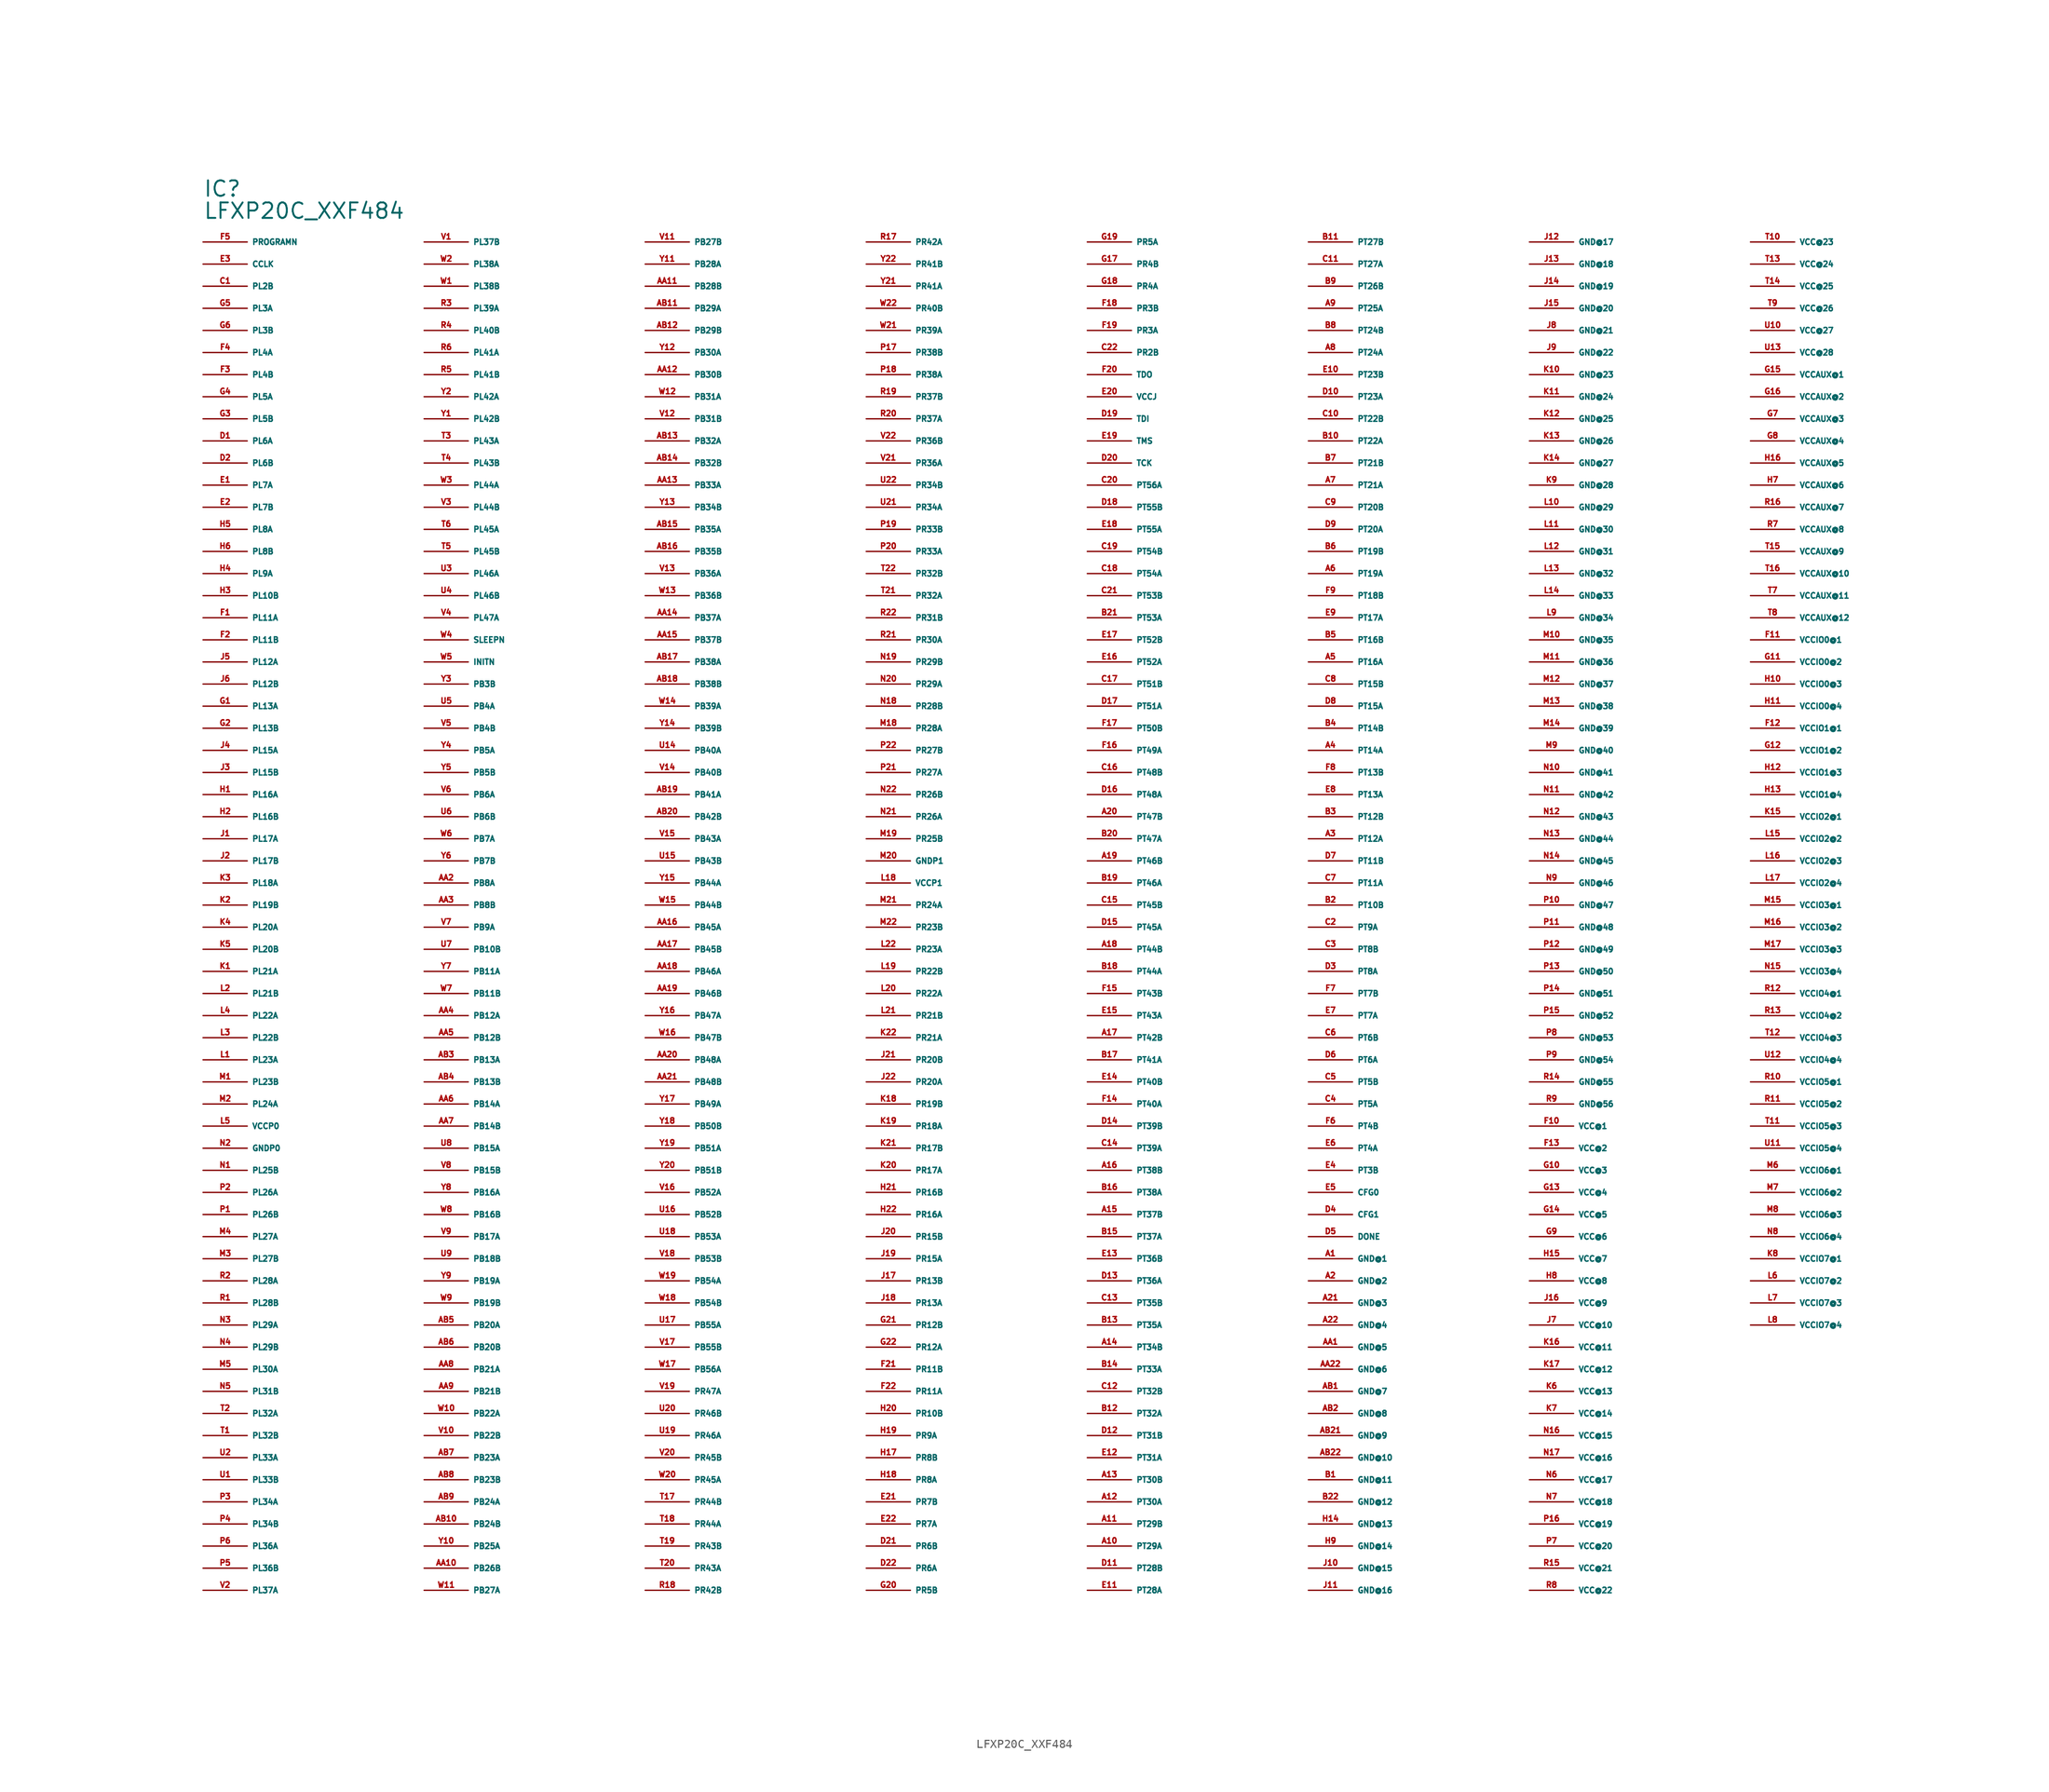
<source format=kicad_sym>
(kicad_symbol_lib
  (version 20220914)
  (generator Eagle2Kicad)
  (symbol "LFXP20C_XXF484"
    (property "Reference" "IC"
      (at -81.28 86.36 0)
      (effects (font (size 1.778 1.778) (thickness 0.22)) (justify left bottom)))
    (property "Value" "LFXP20C_XXF484"
      (at -81.28 83.82 0)
      (effects (font (size 1.778 1.778) (thickness 0.22)) (justify left bottom)))
    (pin input line
      (at -81.28 81.28 0)
      (length 5.08)
      (name "PROGRAMN" (effects (font (size 0.635 0.635) (thickness 0.08)) (justify left bottom)))
      (number "F5" (effects (font (size 0.635 0.635) (thickness 0.08)) (justify left bottom))))
    (pin bidirectional line
      (at -81.28 78.74 0)
      (length 5.08)
      (name "CCLK" (effects (font (size 0.635 0.635) (thickness 0.08)) (justify left bottom)))
      (number "E3" (effects (font (size 0.635 0.635) (thickness 0.08)) (justify left bottom))))
    (pin bidirectional line
      (at -81.28 76.2 0)
      (length 5.08)
      (name "PL2B" (effects (font (size 0.635 0.635) (thickness 0.08)) (justify left bottom)))
      (number "C1" (effects (font (size 0.635 0.635) (thickness 0.08)) (justify left bottom))))
    (pin bidirectional line
      (at -81.28 73.66 0)
      (length 5.08)
      (name "PL3A" (effects (font (size 0.635 0.635) (thickness 0.08)) (justify left bottom)))
      (number "G5" (effects (font (size 0.635 0.635) (thickness 0.08)) (justify left bottom))))
    (pin bidirectional line
      (at -81.28 71.12 0)
      (length 5.08)
      (name "PL3B" (effects (font (size 0.635 0.635) (thickness 0.08)) (justify left bottom)))
      (number "G6" (effects (font (size 0.635 0.635) (thickness 0.08)) (justify left bottom))))
    (pin bidirectional line
      (at -81.28 68.58 0)
      (length 5.08)
      (name "PL4A" (effects (font (size 0.635 0.635) (thickness 0.08)) (justify left bottom)))
      (number "F4" (effects (font (size 0.635 0.635) (thickness 0.08)) (justify left bottom))))
    (pin bidirectional line
      (at -81.28 66.04 0)
      (length 5.08)
      (name "PL4B" (effects (font (size 0.635 0.635) (thickness 0.08)) (justify left bottom)))
      (number "F3" (effects (font (size 0.635 0.635) (thickness 0.08)) (justify left bottom))))
    (pin bidirectional line
      (at -81.28 63.5 0)
      (length 5.08)
      (name "PL5A" (effects (font (size 0.635 0.635) (thickness 0.08)) (justify left bottom)))
      (number "G4" (effects (font (size 0.635 0.635) (thickness 0.08)) (justify left bottom))))
    (pin bidirectional line
      (at -81.28 60.96 0)
      (length 5.08)
      (name "PL5B" (effects (font (size 0.635 0.635) (thickness 0.08)) (justify left bottom)))
      (number "G3" (effects (font (size 0.635 0.635) (thickness 0.08)) (justify left bottom))))
    (pin bidirectional line
      (at -81.28 58.42 0)
      (length 5.08)
      (name "PL6A" (effects (font (size 0.635 0.635) (thickness 0.08)) (justify left bottom)))
      (number "D1" (effects (font (size 0.635 0.635) (thickness 0.08)) (justify left bottom))))
    (pin bidirectional line
      (at -81.28 55.88 0)
      (length 5.08)
      (name "PL6B" (effects (font (size 0.635 0.635) (thickness 0.08)) (justify left bottom)))
      (number "D2" (effects (font (size 0.635 0.635) (thickness 0.08)) (justify left bottom))))
    (pin bidirectional line
      (at -81.28 53.34 0)
      (length 5.08)
      (name "PL7A" (effects (font (size 0.635 0.635) (thickness 0.08)) (justify left bottom)))
      (number "E1" (effects (font (size 0.635 0.635) (thickness 0.08)) (justify left bottom))))
    (pin bidirectional line
      (at -81.28 50.8 0)
      (length 5.08)
      (name "PL7B" (effects (font (size 0.635 0.635) (thickness 0.08)) (justify left bottom)))
      (number "E2" (effects (font (size 0.635 0.635) (thickness 0.08)) (justify left bottom))))
    (pin bidirectional line
      (at -81.28 48.26 0)
      (length 5.08)
      (name "PL8A" (effects (font (size 0.635 0.635) (thickness 0.08)) (justify left bottom)))
      (number "H5" (effects (font (size 0.635 0.635) (thickness 0.08)) (justify left bottom))))
    (pin bidirectional line
      (at -81.28 45.72 0)
      (length 5.08)
      (name "PL8B" (effects (font (size 0.635 0.635) (thickness 0.08)) (justify left bottom)))
      (number "H6" (effects (font (size 0.635 0.635) (thickness 0.08)) (justify left bottom))))
    (pin bidirectional line
      (at -81.28 43.18 0)
      (length 5.08)
      (name "PL9A" (effects (font (size 0.635 0.635) (thickness 0.08)) (justify left bottom)))
      (number "H4" (effects (font (size 0.635 0.635) (thickness 0.08)) (justify left bottom))))
    (pin bidirectional line
      (at -81.28 40.64 0)
      (length 5.08)
      (name "PL10B" (effects (font (size 0.635 0.635) (thickness 0.08)) (justify left bottom)))
      (number "H3" (effects (font (size 0.635 0.635) (thickness 0.08)) (justify left bottom))))
    (pin bidirectional line
      (at -81.28 38.1 0)
      (length 5.08)
      (name "PL11A" (effects (font (size 0.635 0.635) (thickness 0.08)) (justify left bottom)))
      (number "F1" (effects (font (size 0.635 0.635) (thickness 0.08)) (justify left bottom))))
    (pin bidirectional line
      (at -81.28 35.56 0)
      (length 5.08)
      (name "PL11B" (effects (font (size 0.635 0.635) (thickness 0.08)) (justify left bottom)))
      (number "F2" (effects (font (size 0.635 0.635) (thickness 0.08)) (justify left bottom))))
    (pin bidirectional line
      (at -81.28 33.02 0)
      (length 5.08)
      (name "PL12A" (effects (font (size 0.635 0.635) (thickness 0.08)) (justify left bottom)))
      (number "J5" (effects (font (size 0.635 0.635) (thickness 0.08)) (justify left bottom))))
    (pin bidirectional line
      (at -81.28 30.48 0)
      (length 5.08)
      (name "PL12B" (effects (font (size 0.635 0.635) (thickness 0.08)) (justify left bottom)))
      (number "J6" (effects (font (size 0.635 0.635) (thickness 0.08)) (justify left bottom))))
    (pin bidirectional line
      (at -81.28 27.94 0)
      (length 5.08)
      (name "PL13A" (effects (font (size 0.635 0.635) (thickness 0.08)) (justify left bottom)))
      (number "G1" (effects (font (size 0.635 0.635) (thickness 0.08)) (justify left bottom))))
    (pin bidirectional line
      (at -81.28 25.4 0)
      (length 5.08)
      (name "PL13B" (effects (font (size 0.635 0.635) (thickness 0.08)) (justify left bottom)))
      (number "G2" (effects (font (size 0.635 0.635) (thickness 0.08)) (justify left bottom))))
    (pin bidirectional line
      (at -81.28 22.86 0)
      (length 5.08)
      (name "PL15A" (effects (font (size 0.635 0.635) (thickness 0.08)) (justify left bottom)))
      (number "J4" (effects (font (size 0.635 0.635) (thickness 0.08)) (justify left bottom))))
    (pin bidirectional line
      (at -81.28 20.32 0)
      (length 5.08)
      (name "PL15B" (effects (font (size 0.635 0.635) (thickness 0.08)) (justify left bottom)))
      (number "J3" (effects (font (size 0.635 0.635) (thickness 0.08)) (justify left bottom))))
    (pin bidirectional line
      (at -81.28 17.78 0)
      (length 5.08)
      (name "PL16A" (effects (font (size 0.635 0.635) (thickness 0.08)) (justify left bottom)))
      (number "H1" (effects (font (size 0.635 0.635) (thickness 0.08)) (justify left bottom))))
    (pin bidirectional line
      (at -81.28 15.24 0)
      (length 5.08)
      (name "PL16B" (effects (font (size 0.635 0.635) (thickness 0.08)) (justify left bottom)))
      (number "H2" (effects (font (size 0.635 0.635) (thickness 0.08)) (justify left bottom))))
    (pin bidirectional line
      (at -81.28 12.7 0)
      (length 5.08)
      (name "PL17A" (effects (font (size 0.635 0.635) (thickness 0.08)) (justify left bottom)))
      (number "J1" (effects (font (size 0.635 0.635) (thickness 0.08)) (justify left bottom))))
    (pin bidirectional line
      (at -81.28 10.16 0)
      (length 5.08)
      (name "PL17B" (effects (font (size 0.635 0.635) (thickness 0.08)) (justify left bottom)))
      (number "J2" (effects (font (size 0.635 0.635) (thickness 0.08)) (justify left bottom))))
    (pin bidirectional line
      (at -81.28 7.62 0)
      (length 5.08)
      (name "PL18A" (effects (font (size 0.635 0.635) (thickness 0.08)) (justify left bottom)))
      (number "K3" (effects (font (size 0.635 0.635) (thickness 0.08)) (justify left bottom))))
    (pin bidirectional line
      (at -81.28 5.08 0)
      (length 5.08)
      (name "PL19B" (effects (font (size 0.635 0.635) (thickness 0.08)) (justify left bottom)))
      (number "K2" (effects (font (size 0.635 0.635) (thickness 0.08)) (justify left bottom))))
    (pin bidirectional line
      (at -81.28 2.54 0)
      (length 5.08)
      (name "PL20A" (effects (font (size 0.635 0.635) (thickness 0.08)) (justify left bottom)))
      (number "K4" (effects (font (size 0.635 0.635) (thickness 0.08)) (justify left bottom))))
    (pin bidirectional line
      (at -81.28 0 0)
      (length 5.08)
      (name "PL20B" (effects (font (size 0.635 0.635) (thickness 0.08)) (justify left bottom)))
      (number "K5" (effects (font (size 0.635 0.635) (thickness 0.08)) (justify left bottom))))
    (pin bidirectional line
      (at -81.28 -2.54 0)
      (length 5.08)
      (name "PL21A" (effects (font (size 0.635 0.635) (thickness 0.08)) (justify left bottom)))
      (number "K1" (effects (font (size 0.635 0.635) (thickness 0.08)) (justify left bottom))))
    (pin bidirectional line
      (at -81.28 -5.08 0)
      (length 5.08)
      (name "PL21B" (effects (font (size 0.635 0.635) (thickness 0.08)) (justify left bottom)))
      (number "L2" (effects (font (size 0.635 0.635) (thickness 0.08)) (justify left bottom))))
    (pin bidirectional line
      (at -81.28 -7.62 0)
      (length 5.08)
      (name "PL22A" (effects (font (size 0.635 0.635) (thickness 0.08)) (justify left bottom)))
      (number "L4" (effects (font (size 0.635 0.635) (thickness 0.08)) (justify left bottom))))
    (pin bidirectional line
      (at -81.28 -10.16 0)
      (length 5.08)
      (name "PL22B" (effects (font (size 0.635 0.635) (thickness 0.08)) (justify left bottom)))
      (number "L3" (effects (font (size 0.635 0.635) (thickness 0.08)) (justify left bottom))))
    (pin bidirectional line
      (at -81.28 -12.7 0)
      (length 5.08)
      (name "PL23A" (effects (font (size 0.635 0.635) (thickness 0.08)) (justify left bottom)))
      (number "L1" (effects (font (size 0.635 0.635) (thickness 0.08)) (justify left bottom))))
    (pin bidirectional line
      (at -81.28 -15.24 0)
      (length 5.08)
      (name "PL23B" (effects (font (size 0.635 0.635) (thickness 0.08)) (justify left bottom)))
      (number "M1" (effects (font (size 0.635 0.635) (thickness 0.08)) (justify left bottom))))
    (pin bidirectional line
      (at -81.28 -17.78 0)
      (length 5.08)
      (name "PL24A" (effects (font (size 0.635 0.635) (thickness 0.08)) (justify left bottom)))
      (number "M2" (effects (font (size 0.635 0.635) (thickness 0.08)) (justify left bottom))))
    (pin unspecified line
      (at -81.28 -20.32 0)
      (length 5.08)
      (name "VCCP0" (effects (font (size 0.635 0.635) (thickness 0.08)) (justify left bottom)))
      (number "L5" (effects (font (size 0.635 0.635) (thickness 0.08)) (justify left bottom))))
    (pin unspecified line
      (at -81.28 -22.86 0)
      (length 5.08)
      (name "GNDP0" (effects (font (size 0.635 0.635) (thickness 0.08)) (justify left bottom)))
      (number "N2" (effects (font (size 0.635 0.635) (thickness 0.08)) (justify left bottom))))
    (pin bidirectional line
      (at -81.28 -25.4 0)
      (length 5.08)
      (name "PL25B" (effects (font (size 0.635 0.635) (thickness 0.08)) (justify left bottom)))
      (number "N1" (effects (font (size 0.635 0.635) (thickness 0.08)) (justify left bottom))))
    (pin bidirectional line
      (at -81.28 -27.94 0)
      (length 5.08)
      (name "PL26A" (effects (font (size 0.635 0.635) (thickness 0.08)) (justify left bottom)))
      (number "P2" (effects (font (size 0.635 0.635) (thickness 0.08)) (justify left bottom))))
    (pin bidirectional line
      (at -81.28 -30.48 0)
      (length 5.08)
      (name "PL26B" (effects (font (size 0.635 0.635) (thickness 0.08)) (justify left bottom)))
      (number "P1" (effects (font (size 0.635 0.635) (thickness 0.08)) (justify left bottom))))
    (pin bidirectional line
      (at -81.28 -33.02 0)
      (length 5.08)
      (name "PL27A" (effects (font (size 0.635 0.635) (thickness 0.08)) (justify left bottom)))
      (number "M4" (effects (font (size 0.635 0.635) (thickness 0.08)) (justify left bottom))))
    (pin bidirectional line
      (at -81.28 -35.56 0)
      (length 5.08)
      (name "PL27B" (effects (font (size 0.635 0.635) (thickness 0.08)) (justify left bottom)))
      (number "M3" (effects (font (size 0.635 0.635) (thickness 0.08)) (justify left bottom))))
    (pin bidirectional line
      (at -81.28 -38.1 0)
      (length 5.08)
      (name "PL28A" (effects (font (size 0.635 0.635) (thickness 0.08)) (justify left bottom)))
      (number "R2" (effects (font (size 0.635 0.635) (thickness 0.08)) (justify left bottom))))
    (pin bidirectional line
      (at -81.28 -40.64 0)
      (length 5.08)
      (name "PL28B" (effects (font (size 0.635 0.635) (thickness 0.08)) (justify left bottom)))
      (number "R1" (effects (font (size 0.635 0.635) (thickness 0.08)) (justify left bottom))))
    (pin bidirectional line
      (at -81.28 -43.18 0)
      (length 5.08)
      (name "PL29A" (effects (font (size 0.635 0.635) (thickness 0.08)) (justify left bottom)))
      (number "N3" (effects (font (size 0.635 0.635) (thickness 0.08)) (justify left bottom))))
    (pin bidirectional line
      (at -81.28 -45.72 0)
      (length 5.08)
      (name "PL29B" (effects (font (size 0.635 0.635) (thickness 0.08)) (justify left bottom)))
      (number "N4" (effects (font (size 0.635 0.635) (thickness 0.08)) (justify left bottom))))
    (pin bidirectional line
      (at -81.28 -48.26 0)
      (length 5.08)
      (name "PL30A" (effects (font (size 0.635 0.635) (thickness 0.08)) (justify left bottom)))
      (number "M5" (effects (font (size 0.635 0.635) (thickness 0.08)) (justify left bottom))))
    (pin bidirectional line
      (at -81.28 -50.8 0)
      (length 5.08)
      (name "PL31B" (effects (font (size 0.635 0.635) (thickness 0.08)) (justify left bottom)))
      (number "N5" (effects (font (size 0.635 0.635) (thickness 0.08)) (justify left bottom))))
    (pin bidirectional line
      (at -81.28 -53.34 0)
      (length 5.08)
      (name "PL32A" (effects (font (size 0.635 0.635) (thickness 0.08)) (justify left bottom)))
      (number "T2" (effects (font (size 0.635 0.635) (thickness 0.08)) (justify left bottom))))
    (pin bidirectional line
      (at -81.28 -55.88 0)
      (length 5.08)
      (name "PL32B" (effects (font (size 0.635 0.635) (thickness 0.08)) (justify left bottom)))
      (number "T1" (effects (font (size 0.635 0.635) (thickness 0.08)) (justify left bottom))))
    (pin bidirectional line
      (at -81.28 -58.42 0)
      (length 5.08)
      (name "PL33A" (effects (font (size 0.635 0.635) (thickness 0.08)) (justify left bottom)))
      (number "U2" (effects (font (size 0.635 0.635) (thickness 0.08)) (justify left bottom))))
    (pin bidirectional line
      (at -81.28 -60.96 0)
      (length 5.08)
      (name "PL33B" (effects (font (size 0.635 0.635) (thickness 0.08)) (justify left bottom)))
      (number "U1" (effects (font (size 0.635 0.635) (thickness 0.08)) (justify left bottom))))
    (pin bidirectional line
      (at -81.28 -63.5 0)
      (length 5.08)
      (name "PL34A" (effects (font (size 0.635 0.635) (thickness 0.08)) (justify left bottom)))
      (number "P3" (effects (font (size 0.635 0.635) (thickness 0.08)) (justify left bottom))))
    (pin bidirectional line
      (at -81.28 -66.04 0)
      (length 5.08)
      (name "PL34B" (effects (font (size 0.635 0.635) (thickness 0.08)) (justify left bottom)))
      (number "P4" (effects (font (size 0.635 0.635) (thickness 0.08)) (justify left bottom))))
    (pin bidirectional line
      (at -81.28 -68.58 0)
      (length 5.08)
      (name "PL36A" (effects (font (size 0.635 0.635) (thickness 0.08)) (justify left bottom)))
      (number "P6" (effects (font (size 0.635 0.635) (thickness 0.08)) (justify left bottom))))
    (pin bidirectional line
      (at -81.28 -71.12 0)
      (length 5.08)
      (name "PL36B" (effects (font (size 0.635 0.635) (thickness 0.08)) (justify left bottom)))
      (number "P5" (effects (font (size 0.635 0.635) (thickness 0.08)) (justify left bottom))))
    (pin bidirectional line
      (at -81.28 -73.66 0)
      (length 5.08)
      (name "PL37A" (effects (font (size 0.635 0.635) (thickness 0.08)) (justify left bottom)))
      (number "V2" (effects (font (size 0.635 0.635) (thickness 0.08)) (justify left bottom))))
    (pin bidirectional line
      (at -55.88 81.28 0)
      (length 5.08)
      (name "PL37B" (effects (font (size 0.635 0.635) (thickness 0.08)) (justify left bottom)))
      (number "V1" (effects (font (size 0.635 0.635) (thickness 0.08)) (justify left bottom))))
    (pin bidirectional line
      (at -55.88 78.74 0)
      (length 5.08)
      (name "PL38A" (effects (font (size 0.635 0.635) (thickness 0.08)) (justify left bottom)))
      (number "W2" (effects (font (size 0.635 0.635) (thickness 0.08)) (justify left bottom))))
    (pin bidirectional line
      (at -55.88 76.2 0)
      (length 5.08)
      (name "PL38B" (effects (font (size 0.635 0.635) (thickness 0.08)) (justify left bottom)))
      (number "W1" (effects (font (size 0.635 0.635) (thickness 0.08)) (justify left bottom))))
    (pin bidirectional line
      (at -55.88 73.66 0)
      (length 5.08)
      (name "PL39A" (effects (font (size 0.635 0.635) (thickness 0.08)) (justify left bottom)))
      (number "R3" (effects (font (size 0.635 0.635) (thickness 0.08)) (justify left bottom))))
    (pin bidirectional line
      (at -55.88 71.12 0)
      (length 5.08)
      (name "PL40B" (effects (font (size 0.635 0.635) (thickness 0.08)) (justify left bottom)))
      (number "R4" (effects (font (size 0.635 0.635) (thickness 0.08)) (justify left bottom))))
    (pin bidirectional line
      (at -55.88 68.58 0)
      (length 5.08)
      (name "PL41A" (effects (font (size 0.635 0.635) (thickness 0.08)) (justify left bottom)))
      (number "R6" (effects (font (size 0.635 0.635) (thickness 0.08)) (justify left bottom))))
    (pin bidirectional line
      (at -55.88 66.04 0)
      (length 5.08)
      (name "PL41B" (effects (font (size 0.635 0.635) (thickness 0.08)) (justify left bottom)))
      (number "R5" (effects (font (size 0.635 0.635) (thickness 0.08)) (justify left bottom))))
    (pin bidirectional line
      (at -55.88 63.5 0)
      (length 5.08)
      (name "PL42A" (effects (font (size 0.635 0.635) (thickness 0.08)) (justify left bottom)))
      (number "Y2" (effects (font (size 0.635 0.635) (thickness 0.08)) (justify left bottom))))
    (pin bidirectional line
      (at -55.88 60.96 0)
      (length 5.08)
      (name "PL42B" (effects (font (size 0.635 0.635) (thickness 0.08)) (justify left bottom)))
      (number "Y1" (effects (font (size 0.635 0.635) (thickness 0.08)) (justify left bottom))))
    (pin bidirectional line
      (at -55.88 58.42 0)
      (length 5.08)
      (name "PL43A" (effects (font (size 0.635 0.635) (thickness 0.08)) (justify left bottom)))
      (number "T3" (effects (font (size 0.635 0.635) (thickness 0.08)) (justify left bottom))))
    (pin bidirectional line
      (at -55.88 55.88 0)
      (length 5.08)
      (name "PL43B" (effects (font (size 0.635 0.635) (thickness 0.08)) (justify left bottom)))
      (number "T4" (effects (font (size 0.635 0.635) (thickness 0.08)) (justify left bottom))))
    (pin bidirectional line
      (at -55.88 53.34 0)
      (length 5.08)
      (name "PL44A" (effects (font (size 0.635 0.635) (thickness 0.08)) (justify left bottom)))
      (number "W3" (effects (font (size 0.635 0.635) (thickness 0.08)) (justify left bottom))))
    (pin bidirectional line
      (at -55.88 50.8 0)
      (length 5.08)
      (name "PL44B" (effects (font (size 0.635 0.635) (thickness 0.08)) (justify left bottom)))
      (number "V3" (effects (font (size 0.635 0.635) (thickness 0.08)) (justify left bottom))))
    (pin bidirectional line
      (at -55.88 48.26 0)
      (length 5.08)
      (name "PL45A" (effects (font (size 0.635 0.635) (thickness 0.08)) (justify left bottom)))
      (number "T6" (effects (font (size 0.635 0.635) (thickness 0.08)) (justify left bottom))))
    (pin bidirectional line
      (at -55.88 45.72 0)
      (length 5.08)
      (name "PL45B" (effects (font (size 0.635 0.635) (thickness 0.08)) (justify left bottom)))
      (number "T5" (effects (font (size 0.635 0.635) (thickness 0.08)) (justify left bottom))))
    (pin bidirectional line
      (at -55.88 43.18 0)
      (length 5.08)
      (name "PL46A" (effects (font (size 0.635 0.635) (thickness 0.08)) (justify left bottom)))
      (number "U3" (effects (font (size 0.635 0.635) (thickness 0.08)) (justify left bottom))))
    (pin bidirectional line
      (at -55.88 40.64 0)
      (length 5.08)
      (name "PL46B" (effects (font (size 0.635 0.635) (thickness 0.08)) (justify left bottom)))
      (number "U4" (effects (font (size 0.635 0.635) (thickness 0.08)) (justify left bottom))))
    (pin bidirectional line
      (at -55.88 38.1 0)
      (length 5.08)
      (name "PL47A" (effects (font (size 0.635 0.635) (thickness 0.08)) (justify left bottom)))
      (number "V4" (effects (font (size 0.635 0.635) (thickness 0.08)) (justify left bottom))))
    (pin input line
      (at -55.88 35.56 0)
      (length 5.08)
      (name "SLEEPN" (effects (font (size 0.635 0.635) (thickness 0.08)) (justify left bottom)))
      (number "W4" (effects (font (size 0.635 0.635) (thickness 0.08)) (justify left bottom))))
    (pin bidirectional line
      (at -55.88 33.02 0)
      (length 5.08)
      (name "INITN" (effects (font (size 0.635 0.635) (thickness 0.08)) (justify left bottom)))
      (number "W5" (effects (font (size 0.635 0.635) (thickness 0.08)) (justify left bottom))))
    (pin bidirectional line
      (at -55.88 30.48 0)
      (length 5.08)
      (name "PB3B" (effects (font (size 0.635 0.635) (thickness 0.08)) (justify left bottom)))
      (number "Y3" (effects (font (size 0.635 0.635) (thickness 0.08)) (justify left bottom))))
    (pin bidirectional line
      (at -55.88 27.94 0)
      (length 5.08)
      (name "PB4A" (effects (font (size 0.635 0.635) (thickness 0.08)) (justify left bottom)))
      (number "U5" (effects (font (size 0.635 0.635) (thickness 0.08)) (justify left bottom))))
    (pin bidirectional line
      (at -55.88 25.4 0)
      (length 5.08)
      (name "PB4B" (effects (font (size 0.635 0.635) (thickness 0.08)) (justify left bottom)))
      (number "V5" (effects (font (size 0.635 0.635) (thickness 0.08)) (justify left bottom))))
    (pin bidirectional line
      (at -55.88 22.86 0)
      (length 5.08)
      (name "PB5A" (effects (font (size 0.635 0.635) (thickness 0.08)) (justify left bottom)))
      (number "Y4" (effects (font (size 0.635 0.635) (thickness 0.08)) (justify left bottom))))
    (pin bidirectional line
      (at -55.88 20.32 0)
      (length 5.08)
      (name "PB5B" (effects (font (size 0.635 0.635) (thickness 0.08)) (justify left bottom)))
      (number "Y5" (effects (font (size 0.635 0.635) (thickness 0.08)) (justify left bottom))))
    (pin bidirectional line
      (at -55.88 17.78 0)
      (length 5.08)
      (name "PB6A" (effects (font (size 0.635 0.635) (thickness 0.08)) (justify left bottom)))
      (number "V6" (effects (font (size 0.635 0.635) (thickness 0.08)) (justify left bottom))))
    (pin bidirectional line
      (at -55.88 15.24 0)
      (length 5.08)
      (name "PB6B" (effects (font (size 0.635 0.635) (thickness 0.08)) (justify left bottom)))
      (number "U6" (effects (font (size 0.635 0.635) (thickness 0.08)) (justify left bottom))))
    (pin bidirectional line
      (at -55.88 12.7 0)
      (length 5.08)
      (name "PB7A" (effects (font (size 0.635 0.635) (thickness 0.08)) (justify left bottom)))
      (number "W6" (effects (font (size 0.635 0.635) (thickness 0.08)) (justify left bottom))))
    (pin bidirectional line
      (at -55.88 10.16 0)
      (length 5.08)
      (name "PB7B" (effects (font (size 0.635 0.635) (thickness 0.08)) (justify left bottom)))
      (number "Y6" (effects (font (size 0.635 0.635) (thickness 0.08)) (justify left bottom))))
    (pin bidirectional line
      (at -55.88 7.62 0)
      (length 5.08)
      (name "PB8A" (effects (font (size 0.635 0.635) (thickness 0.08)) (justify left bottom)))
      (number "AA2" (effects (font (size 0.635 0.635) (thickness 0.08)) (justify left bottom))))
    (pin bidirectional line
      (at -55.88 5.08 0)
      (length 5.08)
      (name "PB8B" (effects (font (size 0.635 0.635) (thickness 0.08)) (justify left bottom)))
      (number "AA3" (effects (font (size 0.635 0.635) (thickness 0.08)) (justify left bottom))))
    (pin bidirectional line
      (at -55.88 2.54 0)
      (length 5.08)
      (name "PB9A" (effects (font (size 0.635 0.635) (thickness 0.08)) (justify left bottom)))
      (number "V7" (effects (font (size 0.635 0.635) (thickness 0.08)) (justify left bottom))))
    (pin bidirectional line
      (at -55.88 0 0)
      (length 5.08)
      (name "PB10B" (effects (font (size 0.635 0.635) (thickness 0.08)) (justify left bottom)))
      (number "U7" (effects (font (size 0.635 0.635) (thickness 0.08)) (justify left bottom))))
    (pin bidirectional line
      (at -55.88 -2.54 0)
      (length 5.08)
      (name "PB11A" (effects (font (size 0.635 0.635) (thickness 0.08)) (justify left bottom)))
      (number "Y7" (effects (font (size 0.635 0.635) (thickness 0.08)) (justify left bottom))))
    (pin bidirectional line
      (at -55.88 -5.08 0)
      (length 5.08)
      (name "PB11B" (effects (font (size 0.635 0.635) (thickness 0.08)) (justify left bottom)))
      (number "W7" (effects (font (size 0.635 0.635) (thickness 0.08)) (justify left bottom))))
    (pin bidirectional line
      (at -55.88 -7.62 0)
      (length 5.08)
      (name "PB12A" (effects (font (size 0.635 0.635) (thickness 0.08)) (justify left bottom)))
      (number "AA4" (effects (font (size 0.635 0.635) (thickness 0.08)) (justify left bottom))))
    (pin bidirectional line
      (at -55.88 -10.16 0)
      (length 5.08)
      (name "PB12B" (effects (font (size 0.635 0.635) (thickness 0.08)) (justify left bottom)))
      (number "AA5" (effects (font (size 0.635 0.635) (thickness 0.08)) (justify left bottom))))
    (pin bidirectional line
      (at -55.88 -12.7 0)
      (length 5.08)
      (name "PB13A" (effects (font (size 0.635 0.635) (thickness 0.08)) (justify left bottom)))
      (number "AB3" (effects (font (size 0.635 0.635) (thickness 0.08)) (justify left bottom))))
    (pin bidirectional line
      (at -55.88 -15.24 0)
      (length 5.08)
      (name "PB13B" (effects (font (size 0.635 0.635) (thickness 0.08)) (justify left bottom)))
      (number "AB4" (effects (font (size 0.635 0.635) (thickness 0.08)) (justify left bottom))))
    (pin bidirectional line
      (at -55.88 -17.78 0)
      (length 5.08)
      (name "PB14A" (effects (font (size 0.635 0.635) (thickness 0.08)) (justify left bottom)))
      (number "AA6" (effects (font (size 0.635 0.635) (thickness 0.08)) (justify left bottom))))
    (pin bidirectional line
      (at -55.88 -20.32 0)
      (length 5.08)
      (name "PB14B" (effects (font (size 0.635 0.635) (thickness 0.08)) (justify left bottom)))
      (number "AA7" (effects (font (size 0.635 0.635) (thickness 0.08)) (justify left bottom))))
    (pin bidirectional line
      (at -55.88 -22.86 0)
      (length 5.08)
      (name "PB15A" (effects (font (size 0.635 0.635) (thickness 0.08)) (justify left bottom)))
      (number "U8" (effects (font (size 0.635 0.635) (thickness 0.08)) (justify left bottom))))
    (pin bidirectional line
      (at -55.88 -25.4 0)
      (length 5.08)
      (name "PB15B" (effects (font (size 0.635 0.635) (thickness 0.08)) (justify left bottom)))
      (number "V8" (effects (font (size 0.635 0.635) (thickness 0.08)) (justify left bottom))))
    (pin bidirectional line
      (at -55.88 -27.94 0)
      (length 5.08)
      (name "PB16A" (effects (font (size 0.635 0.635) (thickness 0.08)) (justify left bottom)))
      (number "Y8" (effects (font (size 0.635 0.635) (thickness 0.08)) (justify left bottom))))
    (pin bidirectional line
      (at -55.88 -30.48 0)
      (length 5.08)
      (name "PB16B" (effects (font (size 0.635 0.635) (thickness 0.08)) (justify left bottom)))
      (number "W8" (effects (font (size 0.635 0.635) (thickness 0.08)) (justify left bottom))))
    (pin bidirectional line
      (at -55.88 -33.02 0)
      (length 5.08)
      (name "PB17A" (effects (font (size 0.635 0.635) (thickness 0.08)) (justify left bottom)))
      (number "V9" (effects (font (size 0.635 0.635) (thickness 0.08)) (justify left bottom))))
    (pin bidirectional line
      (at -55.88 -35.56 0)
      (length 5.08)
      (name "PB18B" (effects (font (size 0.635 0.635) (thickness 0.08)) (justify left bottom)))
      (number "U9" (effects (font (size 0.635 0.635) (thickness 0.08)) (justify left bottom))))
    (pin bidirectional line
      (at -55.88 -38.1 0)
      (length 5.08)
      (name "PB19A" (effects (font (size 0.635 0.635) (thickness 0.08)) (justify left bottom)))
      (number "Y9" (effects (font (size 0.635 0.635) (thickness 0.08)) (justify left bottom))))
    (pin bidirectional line
      (at -55.88 -40.64 0)
      (length 5.08)
      (name "PB19B" (effects (font (size 0.635 0.635) (thickness 0.08)) (justify left bottom)))
      (number "W9" (effects (font (size 0.635 0.635) (thickness 0.08)) (justify left bottom))))
    (pin bidirectional line
      (at -55.88 -43.18 0)
      (length 5.08)
      (name "PB20A" (effects (font (size 0.635 0.635) (thickness 0.08)) (justify left bottom)))
      (number "AB5" (effects (font (size 0.635 0.635) (thickness 0.08)) (justify left bottom))))
    (pin bidirectional line
      (at -55.88 -45.72 0)
      (length 5.08)
      (name "PB20B" (effects (font (size 0.635 0.635) (thickness 0.08)) (justify left bottom)))
      (number "AB6" (effects (font (size 0.635 0.635) (thickness 0.08)) (justify left bottom))))
    (pin bidirectional line
      (at -55.88 -48.26 0)
      (length 5.08)
      (name "PB21A" (effects (font (size 0.635 0.635) (thickness 0.08)) (justify left bottom)))
      (number "AA8" (effects (font (size 0.635 0.635) (thickness 0.08)) (justify left bottom))))
    (pin bidirectional line
      (at -55.88 -50.8 0)
      (length 5.08)
      (name "PB21B" (effects (font (size 0.635 0.635) (thickness 0.08)) (justify left bottom)))
      (number "AA9" (effects (font (size 0.635 0.635) (thickness 0.08)) (justify left bottom))))
    (pin bidirectional line
      (at -55.88 -53.34 0)
      (length 5.08)
      (name "PB22A" (effects (font (size 0.635 0.635) (thickness 0.08)) (justify left bottom)))
      (number "W10" (effects (font (size 0.635 0.635) (thickness 0.08)) (justify left bottom))))
    (pin bidirectional line
      (at -55.88 -55.88 0)
      (length 5.08)
      (name "PB22B" (effects (font (size 0.635 0.635) (thickness 0.08)) (justify left bottom)))
      (number "V10" (effects (font (size 0.635 0.635) (thickness 0.08)) (justify left bottom))))
    (pin bidirectional line
      (at -55.88 -58.42 0)
      (length 5.08)
      (name "PB23A" (effects (font (size 0.635 0.635) (thickness 0.08)) (justify left bottom)))
      (number "AB7" (effects (font (size 0.635 0.635) (thickness 0.08)) (justify left bottom))))
    (pin bidirectional line
      (at -55.88 -60.96 0)
      (length 5.08)
      (name "PB23B" (effects (font (size 0.635 0.635) (thickness 0.08)) (justify left bottom)))
      (number "AB8" (effects (font (size 0.635 0.635) (thickness 0.08)) (justify left bottom))))
    (pin bidirectional line
      (at -55.88 -63.5 0)
      (length 5.08)
      (name "PB24A" (effects (font (size 0.635 0.635) (thickness 0.08)) (justify left bottom)))
      (number "AB9" (effects (font (size 0.635 0.635) (thickness 0.08)) (justify left bottom))))
    (pin bidirectional line
      (at -55.88 -66.04 0)
      (length 5.08)
      (name "PB24B" (effects (font (size 0.635 0.635) (thickness 0.08)) (justify left bottom)))
      (number "AB10" (effects (font (size 0.635 0.635) (thickness 0.08)) (justify left bottom))))
    (pin bidirectional line
      (at -55.88 -68.58 0)
      (length 5.08)
      (name "PB25A" (effects (font (size 0.635 0.635) (thickness 0.08)) (justify left bottom)))
      (number "Y10" (effects (font (size 0.635 0.635) (thickness 0.08)) (justify left bottom))))
    (pin bidirectional line
      (at -55.88 -71.12 0)
      (length 5.08)
      (name "PB26B" (effects (font (size 0.635 0.635) (thickness 0.08)) (justify left bottom)))
      (number "AA10" (effects (font (size 0.635 0.635) (thickness 0.08)) (justify left bottom))))
    (pin bidirectional line
      (at -55.88 -73.66 0)
      (length 5.08)
      (name "PB27A" (effects (font (size 0.635 0.635) (thickness 0.08)) (justify left bottom)))
      (number "W11" (effects (font (size 0.635 0.635) (thickness 0.08)) (justify left bottom))))
    (pin bidirectional line
      (at -30.48 81.28 0)
      (length 5.08)
      (name "PB27B" (effects (font (size 0.635 0.635) (thickness 0.08)) (justify left bottom)))
      (number "V11" (effects (font (size 0.635 0.635) (thickness 0.08)) (justify left bottom))))
    (pin bidirectional line
      (at -30.48 78.74 0)
      (length 5.08)
      (name "PB28A" (effects (font (size 0.635 0.635) (thickness 0.08)) (justify left bottom)))
      (number "Y11" (effects (font (size 0.635 0.635) (thickness 0.08)) (justify left bottom))))
    (pin bidirectional line
      (at -30.48 76.2 0)
      (length 5.08)
      (name "PB28B" (effects (font (size 0.635 0.635) (thickness 0.08)) (justify left bottom)))
      (number "AA11" (effects (font (size 0.635 0.635) (thickness 0.08)) (justify left bottom))))
    (pin bidirectional line
      (at -30.48 73.66 0)
      (length 5.08)
      (name "PB29A" (effects (font (size 0.635 0.635) (thickness 0.08)) (justify left bottom)))
      (number "AB11" (effects (font (size 0.635 0.635) (thickness 0.08)) (justify left bottom))))
    (pin bidirectional line
      (at -30.48 71.12 0)
      (length 5.08)
      (name "PB29B" (effects (font (size 0.635 0.635) (thickness 0.08)) (justify left bottom)))
      (number "AB12" (effects (font (size 0.635 0.635) (thickness 0.08)) (justify left bottom))))
    (pin bidirectional line
      (at -30.48 68.58 0)
      (length 5.08)
      (name "PB30A" (effects (font (size 0.635 0.635) (thickness 0.08)) (justify left bottom)))
      (number "Y12" (effects (font (size 0.635 0.635) (thickness 0.08)) (justify left bottom))))
    (pin bidirectional line
      (at -30.48 66.04 0)
      (length 5.08)
      (name "PB30B" (effects (font (size 0.635 0.635) (thickness 0.08)) (justify left bottom)))
      (number "AA12" (effects (font (size 0.635 0.635) (thickness 0.08)) (justify left bottom))))
    (pin bidirectional line
      (at -30.48 63.5 0)
      (length 5.08)
      (name "PB31A" (effects (font (size 0.635 0.635) (thickness 0.08)) (justify left bottom)))
      (number "W12" (effects (font (size 0.635 0.635) (thickness 0.08)) (justify left bottom))))
    (pin bidirectional line
      (at -30.48 60.96 0)
      (length 5.08)
      (name "PB31B" (effects (font (size 0.635 0.635) (thickness 0.08)) (justify left bottom)))
      (number "V12" (effects (font (size 0.635 0.635) (thickness 0.08)) (justify left bottom))))
    (pin bidirectional line
      (at -30.48 58.42 0)
      (length 5.08)
      (name "PB32A" (effects (font (size 0.635 0.635) (thickness 0.08)) (justify left bottom)))
      (number "AB13" (effects (font (size 0.635 0.635) (thickness 0.08)) (justify left bottom))))
    (pin bidirectional line
      (at -30.48 55.88 0)
      (length 5.08)
      (name "PB32B" (effects (font (size 0.635 0.635) (thickness 0.08)) (justify left bottom)))
      (number "AB14" (effects (font (size 0.635 0.635) (thickness 0.08)) (justify left bottom))))
    (pin bidirectional line
      (at -30.48 53.34 0)
      (length 5.08)
      (name "PB33A" (effects (font (size 0.635 0.635) (thickness 0.08)) (justify left bottom)))
      (number "AA13" (effects (font (size 0.635 0.635) (thickness 0.08)) (justify left bottom))))
    (pin bidirectional line
      (at -30.48 50.8 0)
      (length 5.08)
      (name "PB34B" (effects (font (size 0.635 0.635) (thickness 0.08)) (justify left bottom)))
      (number "Y13" (effects (font (size 0.635 0.635) (thickness 0.08)) (justify left bottom))))
    (pin bidirectional line
      (at -30.48 48.26 0)
      (length 5.08)
      (name "PB35A" (effects (font (size 0.635 0.635) (thickness 0.08)) (justify left bottom)))
      (number "AB15" (effects (font (size 0.635 0.635) (thickness 0.08)) (justify left bottom))))
    (pin bidirectional line
      (at -30.48 45.72 0)
      (length 5.08)
      (name "PB35B" (effects (font (size 0.635 0.635) (thickness 0.08)) (justify left bottom)))
      (number "AB16" (effects (font (size 0.635 0.635) (thickness 0.08)) (justify left bottom))))
    (pin bidirectional line
      (at -30.48 43.18 0)
      (length 5.08)
      (name "PB36A" (effects (font (size 0.635 0.635) (thickness 0.08)) (justify left bottom)))
      (number "V13" (effects (font (size 0.635 0.635) (thickness 0.08)) (justify left bottom))))
    (pin bidirectional line
      (at -30.48 40.64 0)
      (length 5.08)
      (name "PB36B" (effects (font (size 0.635 0.635) (thickness 0.08)) (justify left bottom)))
      (number "W13" (effects (font (size 0.635 0.635) (thickness 0.08)) (justify left bottom))))
    (pin bidirectional line
      (at -30.48 38.1 0)
      (length 5.08)
      (name "PB37A" (effects (font (size 0.635 0.635) (thickness 0.08)) (justify left bottom)))
      (number "AA14" (effects (font (size 0.635 0.635) (thickness 0.08)) (justify left bottom))))
    (pin bidirectional line
      (at -30.48 35.56 0)
      (length 5.08)
      (name "PB37B" (effects (font (size 0.635 0.635) (thickness 0.08)) (justify left bottom)))
      (number "AA15" (effects (font (size 0.635 0.635) (thickness 0.08)) (justify left bottom))))
    (pin bidirectional line
      (at -30.48 33.02 0)
      (length 5.08)
      (name "PB38A" (effects (font (size 0.635 0.635) (thickness 0.08)) (justify left bottom)))
      (number "AB17" (effects (font (size 0.635 0.635) (thickness 0.08)) (justify left bottom))))
    (pin bidirectional line
      (at -30.48 30.48 0)
      (length 5.08)
      (name "PB38B" (effects (font (size 0.635 0.635) (thickness 0.08)) (justify left bottom)))
      (number "AB18" (effects (font (size 0.635 0.635) (thickness 0.08)) (justify left bottom))))
    (pin bidirectional line
      (at -30.48 27.94 0)
      (length 5.08)
      (name "PB39A" (effects (font (size 0.635 0.635) (thickness 0.08)) (justify left bottom)))
      (number "W14" (effects (font (size 0.635 0.635) (thickness 0.08)) (justify left bottom))))
    (pin bidirectional line
      (at -30.48 25.4 0)
      (length 5.08)
      (name "PB39B" (effects (font (size 0.635 0.635) (thickness 0.08)) (justify left bottom)))
      (number "Y14" (effects (font (size 0.635 0.635) (thickness 0.08)) (justify left bottom))))
    (pin bidirectional line
      (at -30.48 22.86 0)
      (length 5.08)
      (name "PB40A" (effects (font (size 0.635 0.635) (thickness 0.08)) (justify left bottom)))
      (number "U14" (effects (font (size 0.635 0.635) (thickness 0.08)) (justify left bottom))))
    (pin bidirectional line
      (at -30.48 20.32 0)
      (length 5.08)
      (name "PB40B" (effects (font (size 0.635 0.635) (thickness 0.08)) (justify left bottom)))
      (number "V14" (effects (font (size 0.635 0.635) (thickness 0.08)) (justify left bottom))))
    (pin bidirectional line
      (at -30.48 17.78 0)
      (length 5.08)
      (name "PB41A" (effects (font (size 0.635 0.635) (thickness 0.08)) (justify left bottom)))
      (number "AB19" (effects (font (size 0.635 0.635) (thickness 0.08)) (justify left bottom))))
    (pin bidirectional line
      (at -30.48 15.24 0)
      (length 5.08)
      (name "PB42B" (effects (font (size 0.635 0.635) (thickness 0.08)) (justify left bottom)))
      (number "AB20" (effects (font (size 0.635 0.635) (thickness 0.08)) (justify left bottom))))
    (pin bidirectional line
      (at -30.48 12.7 0)
      (length 5.08)
      (name "PB43A" (effects (font (size 0.635 0.635) (thickness 0.08)) (justify left bottom)))
      (number "V15" (effects (font (size 0.635 0.635) (thickness 0.08)) (justify left bottom))))
    (pin bidirectional line
      (at -30.48 10.16 0)
      (length 5.08)
      (name "PB43B" (effects (font (size 0.635 0.635) (thickness 0.08)) (justify left bottom)))
      (number "U15" (effects (font (size 0.635 0.635) (thickness 0.08)) (justify left bottom))))
    (pin bidirectional line
      (at -30.48 7.62 0)
      (length 5.08)
      (name "PB44A" (effects (font (size 0.635 0.635) (thickness 0.08)) (justify left bottom)))
      (number "Y15" (effects (font (size 0.635 0.635) (thickness 0.08)) (justify left bottom))))
    (pin bidirectional line
      (at -30.48 5.08 0)
      (length 5.08)
      (name "PB44B" (effects (font (size 0.635 0.635) (thickness 0.08)) (justify left bottom)))
      (number "W15" (effects (font (size 0.635 0.635) (thickness 0.08)) (justify left bottom))))
    (pin bidirectional line
      (at -30.48 2.54 0)
      (length 5.08)
      (name "PB45A" (effects (font (size 0.635 0.635) (thickness 0.08)) (justify left bottom)))
      (number "AA16" (effects (font (size 0.635 0.635) (thickness 0.08)) (justify left bottom))))
    (pin bidirectional line
      (at -30.48 0 0)
      (length 5.08)
      (name "PB45B" (effects (font (size 0.635 0.635) (thickness 0.08)) (justify left bottom)))
      (number "AA17" (effects (font (size 0.635 0.635) (thickness 0.08)) (justify left bottom))))
    (pin bidirectional line
      (at -30.48 -2.54 0)
      (length 5.08)
      (name "PB46A" (effects (font (size 0.635 0.635) (thickness 0.08)) (justify left bottom)))
      (number "AA18" (effects (font (size 0.635 0.635) (thickness 0.08)) (justify left bottom))))
    (pin bidirectional line
      (at -30.48 -5.08 0)
      (length 5.08)
      (name "PB46B" (effects (font (size 0.635 0.635) (thickness 0.08)) (justify left bottom)))
      (number "AA19" (effects (font (size 0.635 0.635) (thickness 0.08)) (justify left bottom))))
    (pin bidirectional line
      (at -30.48 -7.62 0)
      (length 5.08)
      (name "PB47A" (effects (font (size 0.635 0.635) (thickness 0.08)) (justify left bottom)))
      (number "Y16" (effects (font (size 0.635 0.635) (thickness 0.08)) (justify left bottom))))
    (pin bidirectional line
      (at -30.48 -10.16 0)
      (length 5.08)
      (name "PB47B" (effects (font (size 0.635 0.635) (thickness 0.08)) (justify left bottom)))
      (number "W16" (effects (font (size 0.635 0.635) (thickness 0.08)) (justify left bottom))))
    (pin bidirectional line
      (at -30.48 -12.7 0)
      (length 5.08)
      (name "PB48A" (effects (font (size 0.635 0.635) (thickness 0.08)) (justify left bottom)))
      (number "AA20" (effects (font (size 0.635 0.635) (thickness 0.08)) (justify left bottom))))
    (pin bidirectional line
      (at -30.48 -15.24 0)
      (length 5.08)
      (name "PB48B" (effects (font (size 0.635 0.635) (thickness 0.08)) (justify left bottom)))
      (number "AA21" (effects (font (size 0.635 0.635) (thickness 0.08)) (justify left bottom))))
    (pin bidirectional line
      (at -30.48 -17.78 0)
      (length 5.08)
      (name "PB49A" (effects (font (size 0.635 0.635) (thickness 0.08)) (justify left bottom)))
      (number "Y17" (effects (font (size 0.635 0.635) (thickness 0.08)) (justify left bottom))))
    (pin bidirectional line
      (at -30.48 -20.32 0)
      (length 5.08)
      (name "PB50B" (effects (font (size 0.635 0.635) (thickness 0.08)) (justify left bottom)))
      (number "Y18" (effects (font (size 0.635 0.635) (thickness 0.08)) (justify left bottom))))
    (pin bidirectional line
      (at -30.48 -22.86 0)
      (length 5.08)
      (name "PB51A" (effects (font (size 0.635 0.635) (thickness 0.08)) (justify left bottom)))
      (number "Y19" (effects (font (size 0.635 0.635) (thickness 0.08)) (justify left bottom))))
    (pin bidirectional line
      (at -30.48 -25.4 0)
      (length 5.08)
      (name "PB51B" (effects (font (size 0.635 0.635) (thickness 0.08)) (justify left bottom)))
      (number "Y20" (effects (font (size 0.635 0.635) (thickness 0.08)) (justify left bottom))))
    (pin bidirectional line
      (at -30.48 -27.94 0)
      (length 5.08)
      (name "PB52A" (effects (font (size 0.635 0.635) (thickness 0.08)) (justify left bottom)))
      (number "V16" (effects (font (size 0.635 0.635) (thickness 0.08)) (justify left bottom))))
    (pin bidirectional line
      (at -30.48 -30.48 0)
      (length 5.08)
      (name "PB52B" (effects (font (size 0.635 0.635) (thickness 0.08)) (justify left bottom)))
      (number "U16" (effects (font (size 0.635 0.635) (thickness 0.08)) (justify left bottom))))
    (pin bidirectional line
      (at -30.48 -33.02 0)
      (length 5.08)
      (name "PB53A" (effects (font (size 0.635 0.635) (thickness 0.08)) (justify left bottom)))
      (number "U18" (effects (font (size 0.635 0.635) (thickness 0.08)) (justify left bottom))))
    (pin bidirectional line
      (at -30.48 -35.56 0)
      (length 5.08)
      (name "PB53B" (effects (font (size 0.635 0.635) (thickness 0.08)) (justify left bottom)))
      (number "V18" (effects (font (size 0.635 0.635) (thickness 0.08)) (justify left bottom))))
    (pin bidirectional line
      (at -30.48 -38.1 0)
      (length 5.08)
      (name "PB54A" (effects (font (size 0.635 0.635) (thickness 0.08)) (justify left bottom)))
      (number "W19" (effects (font (size 0.635 0.635) (thickness 0.08)) (justify left bottom))))
    (pin bidirectional line
      (at -30.48 -40.64 0)
      (length 5.08)
      (name "PB54B" (effects (font (size 0.635 0.635) (thickness 0.08)) (justify left bottom)))
      (number "W18" (effects (font (size 0.635 0.635) (thickness 0.08)) (justify left bottom))))
    (pin bidirectional line
      (at -30.48 -43.18 0)
      (length 5.08)
      (name "PB55A" (effects (font (size 0.635 0.635) (thickness 0.08)) (justify left bottom)))
      (number "U17" (effects (font (size 0.635 0.635) (thickness 0.08)) (justify left bottom))))
    (pin bidirectional line
      (at -30.48 -45.72 0)
      (length 5.08)
      (name "PB55B" (effects (font (size 0.635 0.635) (thickness 0.08)) (justify left bottom)))
      (number "V17" (effects (font (size 0.635 0.635) (thickness 0.08)) (justify left bottom))))
    (pin bidirectional line
      (at -30.48 -48.26 0)
      (length 5.08)
      (name "PB56A" (effects (font (size 0.635 0.635) (thickness 0.08)) (justify left bottom)))
      (number "W17" (effects (font (size 0.635 0.635) (thickness 0.08)) (justify left bottom))))
    (pin bidirectional line
      (at -30.48 -50.8 0)
      (length 5.08)
      (name "PR47A" (effects (font (size 0.635 0.635) (thickness 0.08)) (justify left bottom)))
      (number "V19" (effects (font (size 0.635 0.635) (thickness 0.08)) (justify left bottom))))
    (pin bidirectional line
      (at -30.48 -53.34 0)
      (length 5.08)
      (name "PR46B" (effects (font (size 0.635 0.635) (thickness 0.08)) (justify left bottom)))
      (number "U20" (effects (font (size 0.635 0.635) (thickness 0.08)) (justify left bottom))))
    (pin bidirectional line
      (at -30.48 -55.88 0)
      (length 5.08)
      (name "PR46A" (effects (font (size 0.635 0.635) (thickness 0.08)) (justify left bottom)))
      (number "U19" (effects (font (size 0.635 0.635) (thickness 0.08)) (justify left bottom))))
    (pin bidirectional line
      (at -30.48 -58.42 0)
      (length 5.08)
      (name "PR45B" (effects (font (size 0.635 0.635) (thickness 0.08)) (justify left bottom)))
      (number "V20" (effects (font (size 0.635 0.635) (thickness 0.08)) (justify left bottom))))
    (pin bidirectional line
      (at -30.48 -60.96 0)
      (length 5.08)
      (name "PR45A" (effects (font (size 0.635 0.635) (thickness 0.08)) (justify left bottom)))
      (number "W20" (effects (font (size 0.635 0.635) (thickness 0.08)) (justify left bottom))))
    (pin bidirectional line
      (at -30.48 -63.5 0)
      (length 5.08)
      (name "PR44B" (effects (font (size 0.635 0.635) (thickness 0.08)) (justify left bottom)))
      (number "T17" (effects (font (size 0.635 0.635) (thickness 0.08)) (justify left bottom))))
    (pin bidirectional line
      (at -30.48 -66.04 0)
      (length 5.08)
      (name "PR44A" (effects (font (size 0.635 0.635) (thickness 0.08)) (justify left bottom)))
      (number "T18" (effects (font (size 0.635 0.635) (thickness 0.08)) (justify left bottom))))
    (pin bidirectional line
      (at -30.48 -68.58 0)
      (length 5.08)
      (name "PR43B" (effects (font (size 0.635 0.635) (thickness 0.08)) (justify left bottom)))
      (number "T19" (effects (font (size 0.635 0.635) (thickness 0.08)) (justify left bottom))))
    (pin bidirectional line
      (at -30.48 -71.12 0)
      (length 5.08)
      (name "PR43A" (effects (font (size 0.635 0.635) (thickness 0.08)) (justify left bottom)))
      (number "T20" (effects (font (size 0.635 0.635) (thickness 0.08)) (justify left bottom))))
    (pin bidirectional line
      (at -30.48 -73.66 0)
      (length 5.08)
      (name "PR42B" (effects (font (size 0.635 0.635) (thickness 0.08)) (justify left bottom)))
      (number "R18" (effects (font (size 0.635 0.635) (thickness 0.08)) (justify left bottom))))
    (pin bidirectional line
      (at -5.08 81.28 0)
      (length 5.08)
      (name "PR42A" (effects (font (size 0.635 0.635) (thickness 0.08)) (justify left bottom)))
      (number "R17" (effects (font (size 0.635 0.635) (thickness 0.08)) (justify left bottom))))
    (pin bidirectional line
      (at -5.08 78.74 0)
      (length 5.08)
      (name "PR41B" (effects (font (size 0.635 0.635) (thickness 0.08)) (justify left bottom)))
      (number "Y22" (effects (font (size 0.635 0.635) (thickness 0.08)) (justify left bottom))))
    (pin bidirectional line
      (at -5.08 76.2 0)
      (length 5.08)
      (name "PR41A" (effects (font (size 0.635 0.635) (thickness 0.08)) (justify left bottom)))
      (number "Y21" (effects (font (size 0.635 0.635) (thickness 0.08)) (justify left bottom))))
    (pin bidirectional line
      (at -5.08 73.66 0)
      (length 5.08)
      (name "PR40B" (effects (font (size 0.635 0.635) (thickness 0.08)) (justify left bottom)))
      (number "W22" (effects (font (size 0.635 0.635) (thickness 0.08)) (justify left bottom))))
    (pin bidirectional line
      (at -5.08 71.12 0)
      (length 5.08)
      (name "PR39A" (effects (font (size 0.635 0.635) (thickness 0.08)) (justify left bottom)))
      (number "W21" (effects (font (size 0.635 0.635) (thickness 0.08)) (justify left bottom))))
    (pin bidirectional line
      (at -5.08 68.58 0)
      (length 5.08)
      (name "PR38B" (effects (font (size 0.635 0.635) (thickness 0.08)) (justify left bottom)))
      (number "P17" (effects (font (size 0.635 0.635) (thickness 0.08)) (justify left bottom))))
    (pin bidirectional line
      (at -5.08 66.04 0)
      (length 5.08)
      (name "PR38A" (effects (font (size 0.635 0.635) (thickness 0.08)) (justify left bottom)))
      (number "P18" (effects (font (size 0.635 0.635) (thickness 0.08)) (justify left bottom))))
    (pin bidirectional line
      (at -5.08 63.5 0)
      (length 5.08)
      (name "PR37B" (effects (font (size 0.635 0.635) (thickness 0.08)) (justify left bottom)))
      (number "R19" (effects (font (size 0.635 0.635) (thickness 0.08)) (justify left bottom))))
    (pin bidirectional line
      (at -5.08 60.96 0)
      (length 5.08)
      (name "PR37A" (effects (font (size 0.635 0.635) (thickness 0.08)) (justify left bottom)))
      (number "R20" (effects (font (size 0.635 0.635) (thickness 0.08)) (justify left bottom))))
    (pin bidirectional line
      (at -5.08 58.42 0)
      (length 5.08)
      (name "PR36B" (effects (font (size 0.635 0.635) (thickness 0.08)) (justify left bottom)))
      (number "V22" (effects (font (size 0.635 0.635) (thickness 0.08)) (justify left bottom))))
    (pin bidirectional line
      (at -5.08 55.88 0)
      (length 5.08)
      (name "PR36A" (effects (font (size 0.635 0.635) (thickness 0.08)) (justify left bottom)))
      (number "V21" (effects (font (size 0.635 0.635) (thickness 0.08)) (justify left bottom))))
    (pin bidirectional line
      (at -5.08 53.34 0)
      (length 5.08)
      (name "PR34B" (effects (font (size 0.635 0.635) (thickness 0.08)) (justify left bottom)))
      (number "U22" (effects (font (size 0.635 0.635) (thickness 0.08)) (justify left bottom))))
    (pin bidirectional line
      (at -5.08 50.8 0)
      (length 5.08)
      (name "PR34A" (effects (font (size 0.635 0.635) (thickness 0.08)) (justify left bottom)))
      (number "U21" (effects (font (size 0.635 0.635) (thickness 0.08)) (justify left bottom))))
    (pin bidirectional line
      (at -5.08 48.26 0)
      (length 5.08)
      (name "PR33B" (effects (font (size 0.635 0.635) (thickness 0.08)) (justify left bottom)))
      (number "P19" (effects (font (size 0.635 0.635) (thickness 0.08)) (justify left bottom))))
    (pin bidirectional line
      (at -5.08 45.72 0)
      (length 5.08)
      (name "PR33A" (effects (font (size 0.635 0.635) (thickness 0.08)) (justify left bottom)))
      (number "P20" (effects (font (size 0.635 0.635) (thickness 0.08)) (justify left bottom))))
    (pin bidirectional line
      (at -5.08 43.18 0)
      (length 5.08)
      (name "PR32B" (effects (font (size 0.635 0.635) (thickness 0.08)) (justify left bottom)))
      (number "T22" (effects (font (size 0.635 0.635) (thickness 0.08)) (justify left bottom))))
    (pin bidirectional line
      (at -5.08 40.64 0)
      (length 5.08)
      (name "PR32A" (effects (font (size 0.635 0.635) (thickness 0.08)) (justify left bottom)))
      (number "T21" (effects (font (size 0.635 0.635) (thickness 0.08)) (justify left bottom))))
    (pin bidirectional line
      (at -5.08 38.1 0)
      (length 5.08)
      (name "PR31B" (effects (font (size 0.635 0.635) (thickness 0.08)) (justify left bottom)))
      (number "R22" (effects (font (size 0.635 0.635) (thickness 0.08)) (justify left bottom))))
    (pin bidirectional line
      (at -5.08 35.56 0)
      (length 5.08)
      (name "PR30A" (effects (font (size 0.635 0.635) (thickness 0.08)) (justify left bottom)))
      (number "R21" (effects (font (size 0.635 0.635) (thickness 0.08)) (justify left bottom))))
    (pin bidirectional line
      (at -5.08 33.02 0)
      (length 5.08)
      (name "PR29B" (effects (font (size 0.635 0.635) (thickness 0.08)) (justify left bottom)))
      (number "N19" (effects (font (size 0.635 0.635) (thickness 0.08)) (justify left bottom))))
    (pin bidirectional line
      (at -5.08 30.48 0)
      (length 5.08)
      (name "PR29A" (effects (font (size 0.635 0.635) (thickness 0.08)) (justify left bottom)))
      (number "N20" (effects (font (size 0.635 0.635) (thickness 0.08)) (justify left bottom))))
    (pin bidirectional line
      (at -5.08 27.94 0)
      (length 5.08)
      (name "PR28B" (effects (font (size 0.635 0.635) (thickness 0.08)) (justify left bottom)))
      (number "N18" (effects (font (size 0.635 0.635) (thickness 0.08)) (justify left bottom))))
    (pin bidirectional line
      (at -5.08 25.4 0)
      (length 5.08)
      (name "PR28A" (effects (font (size 0.635 0.635) (thickness 0.08)) (justify left bottom)))
      (number "M18" (effects (font (size 0.635 0.635) (thickness 0.08)) (justify left bottom))))
    (pin bidirectional line
      (at -5.08 22.86 0)
      (length 5.08)
      (name "PR27B" (effects (font (size 0.635 0.635) (thickness 0.08)) (justify left bottom)))
      (number "P22" (effects (font (size 0.635 0.635) (thickness 0.08)) (justify left bottom))))
    (pin bidirectional line
      (at -5.08 20.32 0)
      (length 5.08)
      (name "PR27A" (effects (font (size 0.635 0.635) (thickness 0.08)) (justify left bottom)))
      (number "P21" (effects (font (size 0.635 0.635) (thickness 0.08)) (justify left bottom))))
    (pin bidirectional line
      (at -5.08 17.78 0)
      (length 5.08)
      (name "PR26B" (effects (font (size 0.635 0.635) (thickness 0.08)) (justify left bottom)))
      (number "N22" (effects (font (size 0.635 0.635) (thickness 0.08)) (justify left bottom))))
    (pin bidirectional line
      (at -5.08 15.24 0)
      (length 5.08)
      (name "PR26A" (effects (font (size 0.635 0.635) (thickness 0.08)) (justify left bottom)))
      (number "N21" (effects (font (size 0.635 0.635) (thickness 0.08)) (justify left bottom))))
    (pin bidirectional line
      (at -5.08 12.7 0)
      (length 5.08)
      (name "PR25B" (effects (font (size 0.635 0.635) (thickness 0.08)) (justify left bottom)))
      (number "M19" (effects (font (size 0.635 0.635) (thickness 0.08)) (justify left bottom))))
    (pin unspecified line
      (at -5.08 10.16 0)
      (length 5.08)
      (name "GNDP1" (effects (font (size 0.635 0.635) (thickness 0.08)) (justify left bottom)))
      (number "M20" (effects (font (size 0.635 0.635) (thickness 0.08)) (justify left bottom))))
    (pin unspecified line
      (at -5.08 7.62 0)
      (length 5.08)
      (name "VCCP1" (effects (font (size 0.635 0.635) (thickness 0.08)) (justify left bottom)))
      (number "L18" (effects (font (size 0.635 0.635) (thickness 0.08)) (justify left bottom))))
    (pin bidirectional line
      (at -5.08 5.08 0)
      (length 5.08)
      (name "PR24A" (effects (font (size 0.635 0.635) (thickness 0.08)) (justify left bottom)))
      (number "M21" (effects (font (size 0.635 0.635) (thickness 0.08)) (justify left bottom))))
    (pin bidirectional line
      (at -5.08 2.54 0)
      (length 5.08)
      (name "PR23B" (effects (font (size 0.635 0.635) (thickness 0.08)) (justify left bottom)))
      (number "M22" (effects (font (size 0.635 0.635) (thickness 0.08)) (justify left bottom))))
    (pin bidirectional line
      (at -5.08 0 0)
      (length 5.08)
      (name "PR23A" (effects (font (size 0.635 0.635) (thickness 0.08)) (justify left bottom)))
      (number "L22" (effects (font (size 0.635 0.635) (thickness 0.08)) (justify left bottom))))
    (pin bidirectional line
      (at -5.08 -2.54 0)
      (length 5.08)
      (name "PR22B" (effects (font (size 0.635 0.635) (thickness 0.08)) (justify left bottom)))
      (number "L19" (effects (font (size 0.635 0.635) (thickness 0.08)) (justify left bottom))))
    (pin bidirectional line
      (at -5.08 -5.08 0)
      (length 5.08)
      (name "PR22A" (effects (font (size 0.635 0.635) (thickness 0.08)) (justify left bottom)))
      (number "L20" (effects (font (size 0.635 0.635) (thickness 0.08)) (justify left bottom))))
    (pin bidirectional line
      (at -5.08 -7.62 0)
      (length 5.08)
      (name "PR21B" (effects (font (size 0.635 0.635) (thickness 0.08)) (justify left bottom)))
      (number "L21" (effects (font (size 0.635 0.635) (thickness 0.08)) (justify left bottom))))
    (pin bidirectional line
      (at -5.08 -10.16 0)
      (length 5.08)
      (name "PR21A" (effects (font (size 0.635 0.635) (thickness 0.08)) (justify left bottom)))
      (number "K22" (effects (font (size 0.635 0.635) (thickness 0.08)) (justify left bottom))))
    (pin bidirectional line
      (at -5.08 -12.7 0)
      (length 5.08)
      (name "PR20B" (effects (font (size 0.635 0.635) (thickness 0.08)) (justify left bottom)))
      (number "J21" (effects (font (size 0.635 0.635) (thickness 0.08)) (justify left bottom))))
    (pin bidirectional line
      (at -5.08 -15.24 0)
      (length 5.08)
      (name "PR20A" (effects (font (size 0.635 0.635) (thickness 0.08)) (justify left bottom)))
      (number "J22" (effects (font (size 0.635 0.635) (thickness 0.08)) (justify left bottom))))
    (pin bidirectional line
      (at -5.08 -17.78 0)
      (length 5.08)
      (name "PR19B" (effects (font (size 0.635 0.635) (thickness 0.08)) (justify left bottom)))
      (number "K18" (effects (font (size 0.635 0.635) (thickness 0.08)) (justify left bottom))))
    (pin bidirectional line
      (at -5.08 -20.32 0)
      (length 5.08)
      (name "PR18A" (effects (font (size 0.635 0.635) (thickness 0.08)) (justify left bottom)))
      (number "K19" (effects (font (size 0.635 0.635) (thickness 0.08)) (justify left bottom))))
    (pin bidirectional line
      (at -5.08 -22.86 0)
      (length 5.08)
      (name "PR17B" (effects (font (size 0.635 0.635) (thickness 0.08)) (justify left bottom)))
      (number "K21" (effects (font (size 0.635 0.635) (thickness 0.08)) (justify left bottom))))
    (pin bidirectional line
      (at -5.08 -25.4 0)
      (length 5.08)
      (name "PR17A" (effects (font (size 0.635 0.635) (thickness 0.08)) (justify left bottom)))
      (number "K20" (effects (font (size 0.635 0.635) (thickness 0.08)) (justify left bottom))))
    (pin bidirectional line
      (at -5.08 -27.94 0)
      (length 5.08)
      (name "PR16B" (effects (font (size 0.635 0.635) (thickness 0.08)) (justify left bottom)))
      (number "H21" (effects (font (size 0.635 0.635) (thickness 0.08)) (justify left bottom))))
    (pin bidirectional line
      (at -5.08 -30.48 0)
      (length 5.08)
      (name "PR16A" (effects (font (size 0.635 0.635) (thickness 0.08)) (justify left bottom)))
      (number "H22" (effects (font (size 0.635 0.635) (thickness 0.08)) (justify left bottom))))
    (pin bidirectional line
      (at -5.08 -33.02 0)
      (length 5.08)
      (name "PR15B" (effects (font (size 0.635 0.635) (thickness 0.08)) (justify left bottom)))
      (number "J20" (effects (font (size 0.635 0.635) (thickness 0.08)) (justify left bottom))))
    (pin bidirectional line
      (at -5.08 -35.56 0)
      (length 5.08)
      (name "PR15A" (effects (font (size 0.635 0.635) (thickness 0.08)) (justify left bottom)))
      (number "J19" (effects (font (size 0.635 0.635) (thickness 0.08)) (justify left bottom))))
    (pin bidirectional line
      (at -5.08 -38.1 0)
      (length 5.08)
      (name "PR13B" (effects (font (size 0.635 0.635) (thickness 0.08)) (justify left bottom)))
      (number "J17" (effects (font (size 0.635 0.635) (thickness 0.08)) (justify left bottom))))
    (pin bidirectional line
      (at -5.08 -40.64 0)
      (length 5.08)
      (name "PR13A" (effects (font (size 0.635 0.635) (thickness 0.08)) (justify left bottom)))
      (number "J18" (effects (font (size 0.635 0.635) (thickness 0.08)) (justify left bottom))))
    (pin bidirectional line
      (at -5.08 -43.18 0)
      (length 5.08)
      (name "PR12B" (effects (font (size 0.635 0.635) (thickness 0.08)) (justify left bottom)))
      (number "G21" (effects (font (size 0.635 0.635) (thickness 0.08)) (justify left bottom))))
    (pin bidirectional line
      (at -5.08 -45.72 0)
      (length 5.08)
      (name "PR12A" (effects (font (size 0.635 0.635) (thickness 0.08)) (justify left bottom)))
      (number "G22" (effects (font (size 0.635 0.635) (thickness 0.08)) (justify left bottom))))
    (pin bidirectional line
      (at -5.08 -48.26 0)
      (length 5.08)
      (name "PR11B" (effects (font (size 0.635 0.635) (thickness 0.08)) (justify left bottom)))
      (number "F21" (effects (font (size 0.635 0.635) (thickness 0.08)) (justify left bottom))))
    (pin bidirectional line
      (at -5.08 -50.8 0)
      (length 5.08)
      (name "PR11A" (effects (font (size 0.635 0.635) (thickness 0.08)) (justify left bottom)))
      (number "F22" (effects (font (size 0.635 0.635) (thickness 0.08)) (justify left bottom))))
    (pin bidirectional line
      (at -5.08 -53.34 0)
      (length 5.08)
      (name "PR10B" (effects (font (size 0.635 0.635) (thickness 0.08)) (justify left bottom)))
      (number "H20" (effects (font (size 0.635 0.635) (thickness 0.08)) (justify left bottom))))
    (pin bidirectional line
      (at -5.08 -55.88 0)
      (length 5.08)
      (name "PR9A" (effects (font (size 0.635 0.635) (thickness 0.08)) (justify left bottom)))
      (number "H19" (effects (font (size 0.635 0.635) (thickness 0.08)) (justify left bottom))))
    (pin bidirectional line
      (at -5.08 -58.42 0)
      (length 5.08)
      (name "PR8B" (effects (font (size 0.635 0.635) (thickness 0.08)) (justify left bottom)))
      (number "H17" (effects (font (size 0.635 0.635) (thickness 0.08)) (justify left bottom))))
    (pin bidirectional line
      (at -5.08 -60.96 0)
      (length 5.08)
      (name "PR8A" (effects (font (size 0.635 0.635) (thickness 0.08)) (justify left bottom)))
      (number "H18" (effects (font (size 0.635 0.635) (thickness 0.08)) (justify left bottom))))
    (pin bidirectional line
      (at -5.08 -63.5 0)
      (length 5.08)
      (name "PR7B" (effects (font (size 0.635 0.635) (thickness 0.08)) (justify left bottom)))
      (number "E21" (effects (font (size 0.635 0.635) (thickness 0.08)) (justify left bottom))))
    (pin bidirectional line
      (at -5.08 -66.04 0)
      (length 5.08)
      (name "PR7A" (effects (font (size 0.635 0.635) (thickness 0.08)) (justify left bottom)))
      (number "E22" (effects (font (size 0.635 0.635) (thickness 0.08)) (justify left bottom))))
    (pin bidirectional line
      (at -5.08 -68.58 0)
      (length 5.08)
      (name "PR6B" (effects (font (size 0.635 0.635) (thickness 0.08)) (justify left bottom)))
      (number "D21" (effects (font (size 0.635 0.635) (thickness 0.08)) (justify left bottom))))
    (pin bidirectional line
      (at -5.08 -71.12 0)
      (length 5.08)
      (name "PR6A" (effects (font (size 0.635 0.635) (thickness 0.08)) (justify left bottom)))
      (number "D22" (effects (font (size 0.635 0.635) (thickness 0.08)) (justify left bottom))))
    (pin bidirectional line
      (at -5.08 -73.66 0)
      (length 5.08)
      (name "PR5B" (effects (font (size 0.635 0.635) (thickness 0.08)) (justify left bottom)))
      (number "G20" (effects (font (size 0.635 0.635) (thickness 0.08)) (justify left bottom))))
    (pin bidirectional line
      (at 20.32 81.28 0)
      (length 5.08)
      (name "PR5A" (effects (font (size 0.635 0.635) (thickness 0.08)) (justify left bottom)))
      (number "G19" (effects (font (size 0.635 0.635) (thickness 0.08)) (justify left bottom))))
    (pin bidirectional line
      (at 20.32 78.74 0)
      (length 5.08)
      (name "PR4B" (effects (font (size 0.635 0.635) (thickness 0.08)) (justify left bottom)))
      (number "G17" (effects (font (size 0.635 0.635) (thickness 0.08)) (justify left bottom))))
    (pin bidirectional line
      (at 20.32 76.2 0)
      (length 5.08)
      (name "PR4A" (effects (font (size 0.635 0.635) (thickness 0.08)) (justify left bottom)))
      (number "G18" (effects (font (size 0.635 0.635) (thickness 0.08)) (justify left bottom))))
    (pin bidirectional line
      (at 20.32 73.66 0)
      (length 5.08)
      (name "PR3B" (effects (font (size 0.635 0.635) (thickness 0.08)) (justify left bottom)))
      (number "F18" (effects (font (size 0.635 0.635) (thickness 0.08)) (justify left bottom))))
    (pin bidirectional line
      (at 20.32 71.12 0)
      (length 5.08)
      (name "PR3A" (effects (font (size 0.635 0.635) (thickness 0.08)) (justify left bottom)))
      (number "F19" (effects (font (size 0.635 0.635) (thickness 0.08)) (justify left bottom))))
    (pin bidirectional line
      (at 20.32 68.58 0)
      (length 5.08)
      (name "PR2B" (effects (font (size 0.635 0.635) (thickness 0.08)) (justify left bottom)))
      (number "C22" (effects (font (size 0.635 0.635) (thickness 0.08)) (justify left bottom))))
    (pin output line
      (at 20.32 66.04 0)
      (length 5.08)
      (name "TDO" (effects (font (size 0.635 0.635) (thickness 0.08)) (justify left bottom)))
      (number "F20" (effects (font (size 0.635 0.635) (thickness 0.08)) (justify left bottom))))
    (pin unspecified line
      (at 20.32 63.5 0)
      (length 5.08)
      (name "VCCJ" (effects (font (size 0.635 0.635) (thickness 0.08)) (justify left bottom)))
      (number "E20" (effects (font (size 0.635 0.635) (thickness 0.08)) (justify left bottom))))
    (pin input line
      (at 20.32 60.96 0)
      (length 5.08)
      (name "TDI" (effects (font (size 0.635 0.635) (thickness 0.08)) (justify left bottom)))
      (number "D19" (effects (font (size 0.635 0.635) (thickness 0.08)) (justify left bottom))))
    (pin input line
      (at 20.32 58.42 0)
      (length 5.08)
      (name "TMS" (effects (font (size 0.635 0.635) (thickness 0.08)) (justify left bottom)))
      (number "E19" (effects (font (size 0.635 0.635) (thickness 0.08)) (justify left bottom))))
    (pin input line
      (at 20.32 55.88 0)
      (length 5.08)
      (name "TCK" (effects (font (size 0.635 0.635) (thickness 0.08)) (justify left bottom)))
      (number "D20" (effects (font (size 0.635 0.635) (thickness 0.08)) (justify left bottom))))
    (pin bidirectional line
      (at 20.32 53.34 0)
      (length 5.08)
      (name "PT56A" (effects (font (size 0.635 0.635) (thickness 0.08)) (justify left bottom)))
      (number "C20" (effects (font (size 0.635 0.635) (thickness 0.08)) (justify left bottom))))
    (pin bidirectional line
      (at 20.32 50.8 0)
      (length 5.08)
      (name "PT55B" (effects (font (size 0.635 0.635) (thickness 0.08)) (justify left bottom)))
      (number "D18" (effects (font (size 0.635 0.635) (thickness 0.08)) (justify left bottom))))
    (pin bidirectional line
      (at 20.32 48.26 0)
      (length 5.08)
      (name "PT55A" (effects (font (size 0.635 0.635) (thickness 0.08)) (justify left bottom)))
      (number "E18" (effects (font (size 0.635 0.635) (thickness 0.08)) (justify left bottom))))
    (pin bidirectional line
      (at 20.32 45.72 0)
      (length 5.08)
      (name "PT54B" (effects (font (size 0.635 0.635) (thickness 0.08)) (justify left bottom)))
      (number "C19" (effects (font (size 0.635 0.635) (thickness 0.08)) (justify left bottom))))
    (pin bidirectional line
      (at 20.32 43.18 0)
      (length 5.08)
      (name "PT54A" (effects (font (size 0.635 0.635) (thickness 0.08)) (justify left bottom)))
      (number "C18" (effects (font (size 0.635 0.635) (thickness 0.08)) (justify left bottom))))
    (pin bidirectional line
      (at 20.32 40.64 0)
      (length 5.08)
      (name "PT53B" (effects (font (size 0.635 0.635) (thickness 0.08)) (justify left bottom)))
      (number "C21" (effects (font (size 0.635 0.635) (thickness 0.08)) (justify left bottom))))
    (pin bidirectional line
      (at 20.32 38.1 0)
      (length 5.08)
      (name "PT53A" (effects (font (size 0.635 0.635) (thickness 0.08)) (justify left bottom)))
      (number "B21" (effects (font (size 0.635 0.635) (thickness 0.08)) (justify left bottom))))
    (pin bidirectional line
      (at 20.32 35.56 0)
      (length 5.08)
      (name "PT52B" (effects (font (size 0.635 0.635) (thickness 0.08)) (justify left bottom)))
      (number "E17" (effects (font (size 0.635 0.635) (thickness 0.08)) (justify left bottom))))
    (pin bidirectional line
      (at 20.32 33.02 0)
      (length 5.08)
      (name "PT52A" (effects (font (size 0.635 0.635) (thickness 0.08)) (justify left bottom)))
      (number "E16" (effects (font (size 0.635 0.635) (thickness 0.08)) (justify left bottom))))
    (pin bidirectional line
      (at 20.32 30.48 0)
      (length 5.08)
      (name "PT51B" (effects (font (size 0.635 0.635) (thickness 0.08)) (justify left bottom)))
      (number "C17" (effects (font (size 0.635 0.635) (thickness 0.08)) (justify left bottom))))
    (pin bidirectional line
      (at 20.32 27.94 0)
      (length 5.08)
      (name "PT51A" (effects (font (size 0.635 0.635) (thickness 0.08)) (justify left bottom)))
      (number "D17" (effects (font (size 0.635 0.635) (thickness 0.08)) (justify left bottom))))
    (pin bidirectional line
      (at 20.32 25.4 0)
      (length 5.08)
      (name "PT50B" (effects (font (size 0.635 0.635) (thickness 0.08)) (justify left bottom)))
      (number "F17" (effects (font (size 0.635 0.635) (thickness 0.08)) (justify left bottom))))
    (pin bidirectional line
      (at 20.32 22.86 0)
      (length 5.08)
      (name "PT49A" (effects (font (size 0.635 0.635) (thickness 0.08)) (justify left bottom)))
      (number "F16" (effects (font (size 0.635 0.635) (thickness 0.08)) (justify left bottom))))
    (pin bidirectional line
      (at 20.32 20.32 0)
      (length 5.08)
      (name "PT48B" (effects (font (size 0.635 0.635) (thickness 0.08)) (justify left bottom)))
      (number "C16" (effects (font (size 0.635 0.635) (thickness 0.08)) (justify left bottom))))
    (pin bidirectional line
      (at 20.32 17.78 0)
      (length 5.08)
      (name "PT48A" (effects (font (size 0.635 0.635) (thickness 0.08)) (justify left bottom)))
      (number "D16" (effects (font (size 0.635 0.635) (thickness 0.08)) (justify left bottom))))
    (pin bidirectional line
      (at 20.32 15.24 0)
      (length 5.08)
      (name "PT47B" (effects (font (size 0.635 0.635) (thickness 0.08)) (justify left bottom)))
      (number "A20" (effects (font (size 0.635 0.635) (thickness 0.08)) (justify left bottom))))
    (pin bidirectional line
      (at 20.32 12.7 0)
      (length 5.08)
      (name "PT47A" (effects (font (size 0.635 0.635) (thickness 0.08)) (justify left bottom)))
      (number "B20" (effects (font (size 0.635 0.635) (thickness 0.08)) (justify left bottom))))
    (pin bidirectional line
      (at 20.32 10.16 0)
      (length 5.08)
      (name "PT46B" (effects (font (size 0.635 0.635) (thickness 0.08)) (justify left bottom)))
      (number "A19" (effects (font (size 0.635 0.635) (thickness 0.08)) (justify left bottom))))
    (pin bidirectional line
      (at 20.32 7.62 0)
      (length 5.08)
      (name "PT46A" (effects (font (size 0.635 0.635) (thickness 0.08)) (justify left bottom)))
      (number "B19" (effects (font (size 0.635 0.635) (thickness 0.08)) (justify left bottom))))
    (pin bidirectional line
      (at 20.32 5.08 0)
      (length 5.08)
      (name "PT45B" (effects (font (size 0.635 0.635) (thickness 0.08)) (justify left bottom)))
      (number "C15" (effects (font (size 0.635 0.635) (thickness 0.08)) (justify left bottom))))
    (pin bidirectional line
      (at 20.32 2.54 0)
      (length 5.08)
      (name "PT45A" (effects (font (size 0.635 0.635) (thickness 0.08)) (justify left bottom)))
      (number "D15" (effects (font (size 0.635 0.635) (thickness 0.08)) (justify left bottom))))
    (pin bidirectional line
      (at 20.32 0 0)
      (length 5.08)
      (name "PT44B" (effects (font (size 0.635 0.635) (thickness 0.08)) (justify left bottom)))
      (number "A18" (effects (font (size 0.635 0.635) (thickness 0.08)) (justify left bottom))))
    (pin bidirectional line
      (at 20.32 -2.54 0)
      (length 5.08)
      (name "PT44A" (effects (font (size 0.635 0.635) (thickness 0.08)) (justify left bottom)))
      (number "B18" (effects (font (size 0.635 0.635) (thickness 0.08)) (justify left bottom))))
    (pin bidirectional line
      (at 20.32 -5.08 0)
      (length 5.08)
      (name "PT43B" (effects (font (size 0.635 0.635) (thickness 0.08)) (justify left bottom)))
      (number "F15" (effects (font (size 0.635 0.635) (thickness 0.08)) (justify left bottom))))
    (pin bidirectional line
      (at 20.32 -7.62 0)
      (length 5.08)
      (name "PT43A" (effects (font (size 0.635 0.635) (thickness 0.08)) (justify left bottom)))
      (number "E15" (effects (font (size 0.635 0.635) (thickness 0.08)) (justify left bottom))))
    (pin bidirectional line
      (at 20.32 -10.16 0)
      (length 5.08)
      (name "PT42B" (effects (font (size 0.635 0.635) (thickness 0.08)) (justify left bottom)))
      (number "A17" (effects (font (size 0.635 0.635) (thickness 0.08)) (justify left bottom))))
    (pin bidirectional line
      (at 20.32 -12.7 0)
      (length 5.08)
      (name "PT41A" (effects (font (size 0.635 0.635) (thickness 0.08)) (justify left bottom)))
      (number "B17" (effects (font (size 0.635 0.635) (thickness 0.08)) (justify left bottom))))
    (pin bidirectional line
      (at 20.32 -15.24 0)
      (length 5.08)
      (name "PT40B" (effects (font (size 0.635 0.635) (thickness 0.08)) (justify left bottom)))
      (number "E14" (effects (font (size 0.635 0.635) (thickness 0.08)) (justify left bottom))))
    (pin bidirectional line
      (at 20.32 -17.78 0)
      (length 5.08)
      (name "PT40A" (effects (font (size 0.635 0.635) (thickness 0.08)) (justify left bottom)))
      (number "F14" (effects (font (size 0.635 0.635) (thickness 0.08)) (justify left bottom))))
    (pin bidirectional line
      (at 20.32 -20.32 0)
      (length 5.08)
      (name "PT39B" (effects (font (size 0.635 0.635) (thickness 0.08)) (justify left bottom)))
      (number "D14" (effects (font (size 0.635 0.635) (thickness 0.08)) (justify left bottom))))
    (pin bidirectional line
      (at 20.32 -22.86 0)
      (length 5.08)
      (name "PT39A" (effects (font (size 0.635 0.635) (thickness 0.08)) (justify left bottom)))
      (number "C14" (effects (font (size 0.635 0.635) (thickness 0.08)) (justify left bottom))))
    (pin bidirectional line
      (at 20.32 -25.4 0)
      (length 5.08)
      (name "PT38B" (effects (font (size 0.635 0.635) (thickness 0.08)) (justify left bottom)))
      (number "A16" (effects (font (size 0.635 0.635) (thickness 0.08)) (justify left bottom))))
    (pin bidirectional line
      (at 20.32 -27.94 0)
      (length 5.08)
      (name "PT38A" (effects (font (size 0.635 0.635) (thickness 0.08)) (justify left bottom)))
      (number "B16" (effects (font (size 0.635 0.635) (thickness 0.08)) (justify left bottom))))
    (pin bidirectional line
      (at 20.32 -30.48 0)
      (length 5.08)
      (name "PT37B" (effects (font (size 0.635 0.635) (thickness 0.08)) (justify left bottom)))
      (number "A15" (effects (font (size 0.635 0.635) (thickness 0.08)) (justify left bottom))))
    (pin bidirectional line
      (at 20.32 -33.02 0)
      (length 5.08)
      (name "PT37A" (effects (font (size 0.635 0.635) (thickness 0.08)) (justify left bottom)))
      (number "B15" (effects (font (size 0.635 0.635) (thickness 0.08)) (justify left bottom))))
    (pin bidirectional line
      (at 20.32 -35.56 0)
      (length 5.08)
      (name "PT36B" (effects (font (size 0.635 0.635) (thickness 0.08)) (justify left bottom)))
      (number "E13" (effects (font (size 0.635 0.635) (thickness 0.08)) (justify left bottom))))
    (pin bidirectional line
      (at 20.32 -38.1 0)
      (length 5.08)
      (name "PT36A" (effects (font (size 0.635 0.635) (thickness 0.08)) (justify left bottom)))
      (number "D13" (effects (font (size 0.635 0.635) (thickness 0.08)) (justify left bottom))))
    (pin bidirectional line
      (at 20.32 -40.64 0)
      (length 5.08)
      (name "PT35B" (effects (font (size 0.635 0.635) (thickness 0.08)) (justify left bottom)))
      (number "C13" (effects (font (size 0.635 0.635) (thickness 0.08)) (justify left bottom))))
    (pin bidirectional line
      (at 20.32 -43.18 0)
      (length 5.08)
      (name "PT35A" (effects (font (size 0.635 0.635) (thickness 0.08)) (justify left bottom)))
      (number "B13" (effects (font (size 0.635 0.635) (thickness 0.08)) (justify left bottom))))
    (pin bidirectional line
      (at 20.32 -45.72 0)
      (length 5.08)
      (name "PT34B" (effects (font (size 0.635 0.635) (thickness 0.08)) (justify left bottom)))
      (number "A14" (effects (font (size 0.635 0.635) (thickness 0.08)) (justify left bottom))))
    (pin bidirectional line
      (at 20.32 -48.26 0)
      (length 5.08)
      (name "PT33A" (effects (font (size 0.635 0.635) (thickness 0.08)) (justify left bottom)))
      (number "B14" (effects (font (size 0.635 0.635) (thickness 0.08)) (justify left bottom))))
    (pin bidirectional line
      (at 20.32 -50.8 0)
      (length 5.08)
      (name "PT32B" (effects (font (size 0.635 0.635) (thickness 0.08)) (justify left bottom)))
      (number "C12" (effects (font (size 0.635 0.635) (thickness 0.08)) (justify left bottom))))
    (pin bidirectional line
      (at 20.32 -53.34 0)
      (length 5.08)
      (name "PT32A" (effects (font (size 0.635 0.635) (thickness 0.08)) (justify left bottom)))
      (number "B12" (effects (font (size 0.635 0.635) (thickness 0.08)) (justify left bottom))))
    (pin bidirectional line
      (at 20.32 -55.88 0)
      (length 5.08)
      (name "PT31B" (effects (font (size 0.635 0.635) (thickness 0.08)) (justify left bottom)))
      (number "D12" (effects (font (size 0.635 0.635) (thickness 0.08)) (justify left bottom))))
    (pin bidirectional line
      (at 20.32 -58.42 0)
      (length 5.08)
      (name "PT31A" (effects (font (size 0.635 0.635) (thickness 0.08)) (justify left bottom)))
      (number "E12" (effects (font (size 0.635 0.635) (thickness 0.08)) (justify left bottom))))
    (pin bidirectional line
      (at 20.32 -60.96 0)
      (length 5.08)
      (name "PT30B" (effects (font (size 0.635 0.635) (thickness 0.08)) (justify left bottom)))
      (number "A13" (effects (font (size 0.635 0.635) (thickness 0.08)) (justify left bottom))))
    (pin bidirectional line
      (at 20.32 -63.5 0)
      (length 5.08)
      (name "PT30A" (effects (font (size 0.635 0.635) (thickness 0.08)) (justify left bottom)))
      (number "A12" (effects (font (size 0.635 0.635) (thickness 0.08)) (justify left bottom))))
    (pin bidirectional line
      (at 20.32 -66.04 0)
      (length 5.08)
      (name "PT29B" (effects (font (size 0.635 0.635) (thickness 0.08)) (justify left bottom)))
      (number "A11" (effects (font (size 0.635 0.635) (thickness 0.08)) (justify left bottom))))
    (pin bidirectional line
      (at 20.32 -68.58 0)
      (length 5.08)
      (name "PT29A" (effects (font (size 0.635 0.635) (thickness 0.08)) (justify left bottom)))
      (number "A10" (effects (font (size 0.635 0.635) (thickness 0.08)) (justify left bottom))))
    (pin bidirectional line
      (at 20.32 -71.12 0)
      (length 5.08)
      (name "PT28B" (effects (font (size 0.635 0.635) (thickness 0.08)) (justify left bottom)))
      (number "D11" (effects (font (size 0.635 0.635) (thickness 0.08)) (justify left bottom))))
    (pin bidirectional line
      (at 20.32 -73.66 0)
      (length 5.08)
      (name "PT28A" (effects (font (size 0.635 0.635) (thickness 0.08)) (justify left bottom)))
      (number "E11" (effects (font (size 0.635 0.635) (thickness 0.08)) (justify left bottom))))
    (pin bidirectional line
      (at 45.72 81.28 0)
      (length 5.08)
      (name "PT27B" (effects (font (size 0.635 0.635) (thickness 0.08)) (justify left bottom)))
      (number "B11" (effects (font (size 0.635 0.635) (thickness 0.08)) (justify left bottom))))
    (pin bidirectional line
      (at 45.72 78.74 0)
      (length 5.08)
      (name "PT27A" (effects (font (size 0.635 0.635) (thickness 0.08)) (justify left bottom)))
      (number "C11" (effects (font (size 0.635 0.635) (thickness 0.08)) (justify left bottom))))
    (pin bidirectional line
      (at 45.72 76.2 0)
      (length 5.08)
      (name "PT26B" (effects (font (size 0.635 0.635) (thickness 0.08)) (justify left bottom)))
      (number "B9" (effects (font (size 0.635 0.635) (thickness 0.08)) (justify left bottom))))
    (pin bidirectional line
      (at 45.72 73.66 0)
      (length 5.08)
      (name "PT25A" (effects (font (size 0.635 0.635) (thickness 0.08)) (justify left bottom)))
      (number "A9" (effects (font (size 0.635 0.635) (thickness 0.08)) (justify left bottom))))
    (pin bidirectional line
      (at 45.72 71.12 0)
      (length 5.08)
      (name "PT24B" (effects (font (size 0.635 0.635) (thickness 0.08)) (justify left bottom)))
      (number "B8" (effects (font (size 0.635 0.635) (thickness 0.08)) (justify left bottom))))
    (pin bidirectional line
      (at 45.72 68.58 0)
      (length 5.08)
      (name "PT24A" (effects (font (size 0.635 0.635) (thickness 0.08)) (justify left bottom)))
      (number "A8" (effects (font (size 0.635 0.635) (thickness 0.08)) (justify left bottom))))
    (pin bidirectional line
      (at 45.72 66.04 0)
      (length 5.08)
      (name "PT23B" (effects (font (size 0.635 0.635) (thickness 0.08)) (justify left bottom)))
      (number "E10" (effects (font (size 0.635 0.635) (thickness 0.08)) (justify left bottom))))
    (pin bidirectional line
      (at 45.72 63.5 0)
      (length 5.08)
      (name "PT23A" (effects (font (size 0.635 0.635) (thickness 0.08)) (justify left bottom)))
      (number "D10" (effects (font (size 0.635 0.635) (thickness 0.08)) (justify left bottom))))
    (pin bidirectional line
      (at 45.72 60.96 0)
      (length 5.08)
      (name "PT22B" (effects (font (size 0.635 0.635) (thickness 0.08)) (justify left bottom)))
      (number "C10" (effects (font (size 0.635 0.635) (thickness 0.08)) (justify left bottom))))
    (pin bidirectional line
      (at 45.72 58.42 0)
      (length 5.08)
      (name "PT22A" (effects (font (size 0.635 0.635) (thickness 0.08)) (justify left bottom)))
      (number "B10" (effects (font (size 0.635 0.635) (thickness 0.08)) (justify left bottom))))
    (pin bidirectional line
      (at 45.72 55.88 0)
      (length 5.08)
      (name "PT21B" (effects (font (size 0.635 0.635) (thickness 0.08)) (justify left bottom)))
      (number "B7" (effects (font (size 0.635 0.635) (thickness 0.08)) (justify left bottom))))
    (pin bidirectional line
      (at 45.72 53.34 0)
      (length 5.08)
      (name "PT21A" (effects (font (size 0.635 0.635) (thickness 0.08)) (justify left bottom)))
      (number "A7" (effects (font (size 0.635 0.635) (thickness 0.08)) (justify left bottom))))
    (pin bidirectional line
      (at 45.72 50.8 0)
      (length 5.08)
      (name "PT20B" (effects (font (size 0.635 0.635) (thickness 0.08)) (justify left bottom)))
      (number "C9" (effects (font (size 0.635 0.635) (thickness 0.08)) (justify left bottom))))
    (pin bidirectional line
      (at 45.72 48.26 0)
      (length 5.08)
      (name "PT20A" (effects (font (size 0.635 0.635) (thickness 0.08)) (justify left bottom)))
      (number "D9" (effects (font (size 0.635 0.635) (thickness 0.08)) (justify left bottom))))
    (pin bidirectional line
      (at 45.72 45.72 0)
      (length 5.08)
      (name "PT19B" (effects (font (size 0.635 0.635) (thickness 0.08)) (justify left bottom)))
      (number "B6" (effects (font (size 0.635 0.635) (thickness 0.08)) (justify left bottom))))
    (pin bidirectional line
      (at 45.72 43.18 0)
      (length 5.08)
      (name "PT19A" (effects (font (size 0.635 0.635) (thickness 0.08)) (justify left bottom)))
      (number "A6" (effects (font (size 0.635 0.635) (thickness 0.08)) (justify left bottom))))
    (pin bidirectional line
      (at 45.72 40.64 0)
      (length 5.08)
      (name "PT18B" (effects (font (size 0.635 0.635) (thickness 0.08)) (justify left bottom)))
      (number "F9" (effects (font (size 0.635 0.635) (thickness 0.08)) (justify left bottom))))
    (pin bidirectional line
      (at 45.72 38.1 0)
      (length 5.08)
      (name "PT17A" (effects (font (size 0.635 0.635) (thickness 0.08)) (justify left bottom)))
      (number "E9" (effects (font (size 0.635 0.635) (thickness 0.08)) (justify left bottom))))
    (pin bidirectional line
      (at 45.72 35.56 0)
      (length 5.08)
      (name "PT16B" (effects (font (size 0.635 0.635) (thickness 0.08)) (justify left bottom)))
      (number "B5" (effects (font (size 0.635 0.635) (thickness 0.08)) (justify left bottom))))
    (pin bidirectional line
      (at 45.72 33.02 0)
      (length 5.08)
      (name "PT16A" (effects (font (size 0.635 0.635) (thickness 0.08)) (justify left bottom)))
      (number "A5" (effects (font (size 0.635 0.635) (thickness 0.08)) (justify left bottom))))
    (pin bidirectional line
      (at 45.72 30.48 0)
      (length 5.08)
      (name "PT15B" (effects (font (size 0.635 0.635) (thickness 0.08)) (justify left bottom)))
      (number "C8" (effects (font (size 0.635 0.635) (thickness 0.08)) (justify left bottom))))
    (pin bidirectional line
      (at 45.72 27.94 0)
      (length 5.08)
      (name "PT15A" (effects (font (size 0.635 0.635) (thickness 0.08)) (justify left bottom)))
      (number "D8" (effects (font (size 0.635 0.635) (thickness 0.08)) (justify left bottom))))
    (pin bidirectional line
      (at 45.72 25.4 0)
      (length 5.08)
      (name "PT14B" (effects (font (size 0.635 0.635) (thickness 0.08)) (justify left bottom)))
      (number "B4" (effects (font (size 0.635 0.635) (thickness 0.08)) (justify left bottom))))
    (pin bidirectional line
      (at 45.72 22.86 0)
      (length 5.08)
      (name "PT14A" (effects (font (size 0.635 0.635) (thickness 0.08)) (justify left bottom)))
      (number "A4" (effects (font (size 0.635 0.635) (thickness 0.08)) (justify left bottom))))
    (pin bidirectional line
      (at 45.72 20.32 0)
      (length 5.08)
      (name "PT13B" (effects (font (size 0.635 0.635) (thickness 0.08)) (justify left bottom)))
      (number "F8" (effects (font (size 0.635 0.635) (thickness 0.08)) (justify left bottom))))
    (pin bidirectional line
      (at 45.72 17.78 0)
      (length 5.08)
      (name "PT13A" (effects (font (size 0.635 0.635) (thickness 0.08)) (justify left bottom)))
      (number "E8" (effects (font (size 0.635 0.635) (thickness 0.08)) (justify left bottom))))
    (pin bidirectional line
      (at 45.72 15.24 0)
      (length 5.08)
      (name "PT12B" (effects (font (size 0.635 0.635) (thickness 0.08)) (justify left bottom)))
      (number "B3" (effects (font (size 0.635 0.635) (thickness 0.08)) (justify left bottom))))
    (pin bidirectional line
      (at 45.72 12.7 0)
      (length 5.08)
      (name "PT12A" (effects (font (size 0.635 0.635) (thickness 0.08)) (justify left bottom)))
      (number "A3" (effects (font (size 0.635 0.635) (thickness 0.08)) (justify left bottom))))
    (pin bidirectional line
      (at 45.72 10.16 0)
      (length 5.08)
      (name "PT11B" (effects (font (size 0.635 0.635) (thickness 0.08)) (justify left bottom)))
      (number "D7" (effects (font (size 0.635 0.635) (thickness 0.08)) (justify left bottom))))
    (pin bidirectional line
      (at 45.72 7.62 0)
      (length 5.08)
      (name "PT11A" (effects (font (size 0.635 0.635) (thickness 0.08)) (justify left bottom)))
      (number "C7" (effects (font (size 0.635 0.635) (thickness 0.08)) (justify left bottom))))
    (pin bidirectional line
      (at 45.72 5.08 0)
      (length 5.08)
      (name "PT10B" (effects (font (size 0.635 0.635) (thickness 0.08)) (justify left bottom)))
      (number "B2" (effects (font (size 0.635 0.635) (thickness 0.08)) (justify left bottom))))
    (pin bidirectional line
      (at 45.72 2.54 0)
      (length 5.08)
      (name "PT9A" (effects (font (size 0.635 0.635) (thickness 0.08)) (justify left bottom)))
      (number "C2" (effects (font (size 0.635 0.635) (thickness 0.08)) (justify left bottom))))
    (pin bidirectional line
      (at 45.72 0 0)
      (length 5.08)
      (name "PT8B" (effects (font (size 0.635 0.635) (thickness 0.08)) (justify left bottom)))
      (number "C3" (effects (font (size 0.635 0.635) (thickness 0.08)) (justify left bottom))))
    (pin bidirectional line
      (at 45.72 -2.54 0)
      (length 5.08)
      (name "PT8A" (effects (font (size 0.635 0.635) (thickness 0.08)) (justify left bottom)))
      (number "D3" (effects (font (size 0.635 0.635) (thickness 0.08)) (justify left bottom))))
    (pin bidirectional line
      (at 45.72 -5.08 0)
      (length 5.08)
      (name "PT7B" (effects (font (size 0.635 0.635) (thickness 0.08)) (justify left bottom)))
      (number "F7" (effects (font (size 0.635 0.635) (thickness 0.08)) (justify left bottom))))
    (pin bidirectional line
      (at 45.72 -7.62 0)
      (length 5.08)
      (name "PT7A" (effects (font (size 0.635 0.635) (thickness 0.08)) (justify left bottom)))
      (number "E7" (effects (font (size 0.635 0.635) (thickness 0.08)) (justify left bottom))))
    (pin bidirectional line
      (at 45.72 -10.16 0)
      (length 5.08)
      (name "PT6B" (effects (font (size 0.635 0.635) (thickness 0.08)) (justify left bottom)))
      (number "C6" (effects (font (size 0.635 0.635) (thickness 0.08)) (justify left bottom))))
    (pin bidirectional line
      (at 45.72 -12.7 0)
      (length 5.08)
      (name "PT6A" (effects (font (size 0.635 0.635) (thickness 0.08)) (justify left bottom)))
      (number "D6" (effects (font (size 0.635 0.635) (thickness 0.08)) (justify left bottom))))
    (pin bidirectional line
      (at 45.72 -15.24 0)
      (length 5.08)
      (name "PT5B" (effects (font (size 0.635 0.635) (thickness 0.08)) (justify left bottom)))
      (number "C5" (effects (font (size 0.635 0.635) (thickness 0.08)) (justify left bottom))))
    (pin bidirectional line
      (at 45.72 -17.78 0)
      (length 5.08)
      (name "PT5A" (effects (font (size 0.635 0.635) (thickness 0.08)) (justify left bottom)))
      (number "C4" (effects (font (size 0.635 0.635) (thickness 0.08)) (justify left bottom))))
    (pin bidirectional line
      (at 45.72 -20.32 0)
      (length 5.08)
      (name "PT4B" (effects (font (size 0.635 0.635) (thickness 0.08)) (justify left bottom)))
      (number "F6" (effects (font (size 0.635 0.635) (thickness 0.08)) (justify left bottom))))
    (pin bidirectional line
      (at 45.72 -22.86 0)
      (length 5.08)
      (name "PT4A" (effects (font (size 0.635 0.635) (thickness 0.08)) (justify left bottom)))
      (number "E6" (effects (font (size 0.635 0.635) (thickness 0.08)) (justify left bottom))))
    (pin bidirectional line
      (at 45.72 -25.4 0)
      (length 5.08)
      (name "PT3B" (effects (font (size 0.635 0.635) (thickness 0.08)) (justify left bottom)))
      (number "E4" (effects (font (size 0.635 0.635) (thickness 0.08)) (justify left bottom))))
    (pin input line
      (at 45.72 -27.94 0)
      (length 5.08)
      (name "CFG0" (effects (font (size 0.635 0.635) (thickness 0.08)) (justify left bottom)))
      (number "E5" (effects (font (size 0.635 0.635) (thickness 0.08)) (justify left bottom))))
    (pin input line
      (at 45.72 -30.48 0)
      (length 5.08)
      (name "CFG1" (effects (font (size 0.635 0.635) (thickness 0.08)) (justify left bottom)))
      (number "D4" (effects (font (size 0.635 0.635) (thickness 0.08)) (justify left bottom))))
    (pin bidirectional line
      (at 45.72 -33.02 0)
      (length 5.08)
      (name "DONE" (effects (font (size 0.635 0.635) (thickness 0.08)) (justify left bottom)))
      (number "D5" (effects (font (size 0.635 0.635) (thickness 0.08)) (justify left bottom))))
    (pin unspecified line
      (at 45.72 -35.56 0)
      (length 5.08)
      (name "GND@1" (effects (font (size 0.635 0.635) (thickness 0.08)) (justify left bottom)))
      (number "A1" (effects (font (size 0.635 0.635) (thickness 0.08)) (justify left bottom))))
    (pin unspecified line
      (at 45.72 -38.1 0)
      (length 5.08)
      (name "GND@2" (effects (font (size 0.635 0.635) (thickness 0.08)) (justify left bottom)))
      (number "A2" (effects (font (size 0.635 0.635) (thickness 0.08)) (justify left bottom))))
    (pin unspecified line
      (at 45.72 -40.64 0)
      (length 5.08)
      (name "GND@3" (effects (font (size 0.635 0.635) (thickness 0.08)) (justify left bottom)))
      (number "A21" (effects (font (size 0.635 0.635) (thickness 0.08)) (justify left bottom))))
    (pin unspecified line
      (at 45.72 -43.18 0)
      (length 5.08)
      (name "GND@4" (effects (font (size 0.635 0.635) (thickness 0.08)) (justify left bottom)))
      (number "A22" (effects (font (size 0.635 0.635) (thickness 0.08)) (justify left bottom))))
    (pin unspecified line
      (at 45.72 -45.72 0)
      (length 5.08)
      (name "GND@5" (effects (font (size 0.635 0.635) (thickness 0.08)) (justify left bottom)))
      (number "AA1" (effects (font (size 0.635 0.635) (thickness 0.08)) (justify left bottom))))
    (pin unspecified line
      (at 45.72 -48.26 0)
      (length 5.08)
      (name "GND@6" (effects (font (size 0.635 0.635) (thickness 0.08)) (justify left bottom)))
      (number "AA22" (effects (font (size 0.635 0.635) (thickness 0.08)) (justify left bottom))))
    (pin unspecified line
      (at 45.72 -50.8 0)
      (length 5.08)
      (name "GND@7" (effects (font (size 0.635 0.635) (thickness 0.08)) (justify left bottom)))
      (number "AB1" (effects (font (size 0.635 0.635) (thickness 0.08)) (justify left bottom))))
    (pin unspecified line
      (at 45.72 -53.34 0)
      (length 5.08)
      (name "GND@8" (effects (font (size 0.635 0.635) (thickness 0.08)) (justify left bottom)))
      (number "AB2" (effects (font (size 0.635 0.635) (thickness 0.08)) (justify left bottom))))
    (pin unspecified line
      (at 45.72 -55.88 0)
      (length 5.08)
      (name "GND@9" (effects (font (size 0.635 0.635) (thickness 0.08)) (justify left bottom)))
      (number "AB21" (effects (font (size 0.635 0.635) (thickness 0.08)) (justify left bottom))))
    (pin unspecified line
      (at 45.72 -58.42 0)
      (length 5.08)
      (name "GND@10" (effects (font (size 0.635 0.635) (thickness 0.08)) (justify left bottom)))
      (number "AB22" (effects (font (size 0.635 0.635) (thickness 0.08)) (justify left bottom))))
    (pin unspecified line
      (at 45.72 -60.96 0)
      (length 5.08)
      (name "GND@11" (effects (font (size 0.635 0.635) (thickness 0.08)) (justify left bottom)))
      (number "B1" (effects (font (size 0.635 0.635) (thickness 0.08)) (justify left bottom))))
    (pin unspecified line
      (at 45.72 -63.5 0)
      (length 5.08)
      (name "GND@12" (effects (font (size 0.635 0.635) (thickness 0.08)) (justify left bottom)))
      (number "B22" (effects (font (size 0.635 0.635) (thickness 0.08)) (justify left bottom))))
    (pin unspecified line
      (at 45.72 -66.04 0)
      (length 5.08)
      (name "GND@13" (effects (font (size 0.635 0.635) (thickness 0.08)) (justify left bottom)))
      (number "H14" (effects (font (size 0.635 0.635) (thickness 0.08)) (justify left bottom))))
    (pin unspecified line
      (at 45.72 -68.58 0)
      (length 5.08)
      (name "GND@14" (effects (font (size 0.635 0.635) (thickness 0.08)) (justify left bottom)))
      (number "H9" (effects (font (size 0.635 0.635) (thickness 0.08)) (justify left bottom))))
    (pin unspecified line
      (at 45.72 -71.12 0)
      (length 5.08)
      (name "GND@15" (effects (font (size 0.635 0.635) (thickness 0.08)) (justify left bottom)))
      (number "J10" (effects (font (size 0.635 0.635) (thickness 0.08)) (justify left bottom))))
    (pin unspecified line
      (at 45.72 -73.66 0)
      (length 5.08)
      (name "GND@16" (effects (font (size 0.635 0.635) (thickness 0.08)) (justify left bottom)))
      (number "J11" (effects (font (size 0.635 0.635) (thickness 0.08)) (justify left bottom))))
    (pin unspecified line
      (at 71.12 81.28 0)
      (length 5.08)
      (name "GND@17" (effects (font (size 0.635 0.635) (thickness 0.08)) (justify left bottom)))
      (number "J12" (effects (font (size 0.635 0.635) (thickness 0.08)) (justify left bottom))))
    (pin unspecified line
      (at 71.12 78.74 0)
      (length 5.08)
      (name "GND@18" (effects (font (size 0.635 0.635) (thickness 0.08)) (justify left bottom)))
      (number "J13" (effects (font (size 0.635 0.635) (thickness 0.08)) (justify left bottom))))
    (pin unspecified line
      (at 71.12 76.2 0)
      (length 5.08)
      (name "GND@19" (effects (font (size 0.635 0.635) (thickness 0.08)) (justify left bottom)))
      (number "J14" (effects (font (size 0.635 0.635) (thickness 0.08)) (justify left bottom))))
    (pin unspecified line
      (at 71.12 73.66 0)
      (length 5.08)
      (name "GND@20" (effects (font (size 0.635 0.635) (thickness 0.08)) (justify left bottom)))
      (number "J15" (effects (font (size 0.635 0.635) (thickness 0.08)) (justify left bottom))))
    (pin unspecified line
      (at 71.12 71.12 0)
      (length 5.08)
      (name "GND@21" (effects (font (size 0.635 0.635) (thickness 0.08)) (justify left bottom)))
      (number "J8" (effects (font (size 0.635 0.635) (thickness 0.08)) (justify left bottom))))
    (pin unspecified line
      (at 71.12 68.58 0)
      (length 5.08)
      (name "GND@22" (effects (font (size 0.635 0.635) (thickness 0.08)) (justify left bottom)))
      (number "J9" (effects (font (size 0.635 0.635) (thickness 0.08)) (justify left bottom))))
    (pin unspecified line
      (at 71.12 66.04 0)
      (length 5.08)
      (name "GND@23" (effects (font (size 0.635 0.635) (thickness 0.08)) (justify left bottom)))
      (number "K10" (effects (font (size 0.635 0.635) (thickness 0.08)) (justify left bottom))))
    (pin unspecified line
      (at 71.12 63.5 0)
      (length 5.08)
      (name "GND@24" (effects (font (size 0.635 0.635) (thickness 0.08)) (justify left bottom)))
      (number "K11" (effects (font (size 0.635 0.635) (thickness 0.08)) (justify left bottom))))
    (pin unspecified line
      (at 71.12 60.96 0)
      (length 5.08)
      (name "GND@25" (effects (font (size 0.635 0.635) (thickness 0.08)) (justify left bottom)))
      (number "K12" (effects (font (size 0.635 0.635) (thickness 0.08)) (justify left bottom))))
    (pin unspecified line
      (at 71.12 58.42 0)
      (length 5.08)
      (name "GND@26" (effects (font (size 0.635 0.635) (thickness 0.08)) (justify left bottom)))
      (number "K13" (effects (font (size 0.635 0.635) (thickness 0.08)) (justify left bottom))))
    (pin unspecified line
      (at 71.12 55.88 0)
      (length 5.08)
      (name "GND@27" (effects (font (size 0.635 0.635) (thickness 0.08)) (justify left bottom)))
      (number "K14" (effects (font (size 0.635 0.635) (thickness 0.08)) (justify left bottom))))
    (pin unspecified line
      (at 71.12 53.34 0)
      (length 5.08)
      (name "GND@28" (effects (font (size 0.635 0.635) (thickness 0.08)) (justify left bottom)))
      (number "K9" (effects (font (size 0.635 0.635) (thickness 0.08)) (justify left bottom))))
    (pin unspecified line
      (at 71.12 50.8 0)
      (length 5.08)
      (name "GND@29" (effects (font (size 0.635 0.635) (thickness 0.08)) (justify left bottom)))
      (number "L10" (effects (font (size 0.635 0.635) (thickness 0.08)) (justify left bottom))))
    (pin unspecified line
      (at 71.12 48.26 0)
      (length 5.08)
      (name "GND@30" (effects (font (size 0.635 0.635) (thickness 0.08)) (justify left bottom)))
      (number "L11" (effects (font (size 0.635 0.635) (thickness 0.08)) (justify left bottom))))
    (pin unspecified line
      (at 71.12 45.72 0)
      (length 5.08)
      (name "GND@31" (effects (font (size 0.635 0.635) (thickness 0.08)) (justify left bottom)))
      (number "L12" (effects (font (size 0.635 0.635) (thickness 0.08)) (justify left bottom))))
    (pin unspecified line
      (at 71.12 43.18 0)
      (length 5.08)
      (name "GND@32" (effects (font (size 0.635 0.635) (thickness 0.08)) (justify left bottom)))
      (number "L13" (effects (font (size 0.635 0.635) (thickness 0.08)) (justify left bottom))))
    (pin unspecified line
      (at 71.12 40.64 0)
      (length 5.08)
      (name "GND@33" (effects (font (size 0.635 0.635) (thickness 0.08)) (justify left bottom)))
      (number "L14" (effects (font (size 0.635 0.635) (thickness 0.08)) (justify left bottom))))
    (pin unspecified line
      (at 71.12 38.1 0)
      (length 5.08)
      (name "GND@34" (effects (font (size 0.635 0.635) (thickness 0.08)) (justify left bottom)))
      (number "L9" (effects (font (size 0.635 0.635) (thickness 0.08)) (justify left bottom))))
    (pin unspecified line
      (at 71.12 35.56 0)
      (length 5.08)
      (name "GND@35" (effects (font (size 0.635 0.635) (thickness 0.08)) (justify left bottom)))
      (number "M10" (effects (font (size 0.635 0.635) (thickness 0.08)) (justify left bottom))))
    (pin unspecified line
      (at 71.12 33.02 0)
      (length 5.08)
      (name "GND@36" (effects (font (size 0.635 0.635) (thickness 0.08)) (justify left bottom)))
      (number "M11" (effects (font (size 0.635 0.635) (thickness 0.08)) (justify left bottom))))
    (pin unspecified line
      (at 71.12 30.48 0)
      (length 5.08)
      (name "GND@37" (effects (font (size 0.635 0.635) (thickness 0.08)) (justify left bottom)))
      (number "M12" (effects (font (size 0.635 0.635) (thickness 0.08)) (justify left bottom))))
    (pin unspecified line
      (at 71.12 27.94 0)
      (length 5.08)
      (name "GND@38" (effects (font (size 0.635 0.635) (thickness 0.08)) (justify left bottom)))
      (number "M13" (effects (font (size 0.635 0.635) (thickness 0.08)) (justify left bottom))))
    (pin unspecified line
      (at 71.12 25.4 0)
      (length 5.08)
      (name "GND@39" (effects (font (size 0.635 0.635) (thickness 0.08)) (justify left bottom)))
      (number "M14" (effects (font (size 0.635 0.635) (thickness 0.08)) (justify left bottom))))
    (pin unspecified line
      (at 71.12 22.86 0)
      (length 5.08)
      (name "GND@40" (effects (font (size 0.635 0.635) (thickness 0.08)) (justify left bottom)))
      (number "M9" (effects (font (size 0.635 0.635) (thickness 0.08)) (justify left bottom))))
    (pin unspecified line
      (at 71.12 20.32 0)
      (length 5.08)
      (name "GND@41" (effects (font (size 0.635 0.635) (thickness 0.08)) (justify left bottom)))
      (number "N10" (effects (font (size 0.635 0.635) (thickness 0.08)) (justify left bottom))))
    (pin unspecified line
      (at 71.12 17.78 0)
      (length 5.08)
      (name "GND@42" (effects (font (size 0.635 0.635) (thickness 0.08)) (justify left bottom)))
      (number "N11" (effects (font (size 0.635 0.635) (thickness 0.08)) (justify left bottom))))
    (pin unspecified line
      (at 71.12 15.24 0)
      (length 5.08)
      (name "GND@43" (effects (font (size 0.635 0.635) (thickness 0.08)) (justify left bottom)))
      (number "N12" (effects (font (size 0.635 0.635) (thickness 0.08)) (justify left bottom))))
    (pin unspecified line
      (at 71.12 12.7 0)
      (length 5.08)
      (name "GND@44" (effects (font (size 0.635 0.635) (thickness 0.08)) (justify left bottom)))
      (number "N13" (effects (font (size 0.635 0.635) (thickness 0.08)) (justify left bottom))))
    (pin unspecified line
      (at 71.12 10.16 0)
      (length 5.08)
      (name "GND@45" (effects (font (size 0.635 0.635) (thickness 0.08)) (justify left bottom)))
      (number "N14" (effects (font (size 0.635 0.635) (thickness 0.08)) (justify left bottom))))
    (pin unspecified line
      (at 71.12 7.62 0)
      (length 5.08)
      (name "GND@46" (effects (font (size 0.635 0.635) (thickness 0.08)) (justify left bottom)))
      (number "N9" (effects (font (size 0.635 0.635) (thickness 0.08)) (justify left bottom))))
    (pin unspecified line
      (at 71.12 5.08 0)
      (length 5.08)
      (name "GND@47" (effects (font (size 0.635 0.635) (thickness 0.08)) (justify left bottom)))
      (number "P10" (effects (font (size 0.635 0.635) (thickness 0.08)) (justify left bottom))))
    (pin unspecified line
      (at 71.12 2.54 0)
      (length 5.08)
      (name "GND@48" (effects (font (size 0.635 0.635) (thickness 0.08)) (justify left bottom)))
      (number "P11" (effects (font (size 0.635 0.635) (thickness 0.08)) (justify left bottom))))
    (pin unspecified line
      (at 71.12 0 0)
      (length 5.08)
      (name "GND@49" (effects (font (size 0.635 0.635) (thickness 0.08)) (justify left bottom)))
      (number "P12" (effects (font (size 0.635 0.635) (thickness 0.08)) (justify left bottom))))
    (pin unspecified line
      (at 71.12 -2.54 0)
      (length 5.08)
      (name "GND@50" (effects (font (size 0.635 0.635) (thickness 0.08)) (justify left bottom)))
      (number "P13" (effects (font (size 0.635 0.635) (thickness 0.08)) (justify left bottom))))
    (pin unspecified line
      (at 71.12 -5.08 0)
      (length 5.08)
      (name "GND@51" (effects (font (size 0.635 0.635) (thickness 0.08)) (justify left bottom)))
      (number "P14" (effects (font (size 0.635 0.635) (thickness 0.08)) (justify left bottom))))
    (pin unspecified line
      (at 71.12 -7.62 0)
      (length 5.08)
      (name "GND@52" (effects (font (size 0.635 0.635) (thickness 0.08)) (justify left bottom)))
      (number "P15" (effects (font (size 0.635 0.635) (thickness 0.08)) (justify left bottom))))
    (pin unspecified line
      (at 71.12 -10.16 0)
      (length 5.08)
      (name "GND@53" (effects (font (size 0.635 0.635) (thickness 0.08)) (justify left bottom)))
      (number "P8" (effects (font (size 0.635 0.635) (thickness 0.08)) (justify left bottom))))
    (pin unspecified line
      (at 71.12 -12.7 0)
      (length 5.08)
      (name "GND@54" (effects (font (size 0.635 0.635) (thickness 0.08)) (justify left bottom)))
      (number "P9" (effects (font (size 0.635 0.635) (thickness 0.08)) (justify left bottom))))
    (pin unspecified line
      (at 71.12 -15.24 0)
      (length 5.08)
      (name "GND@55" (effects (font (size 0.635 0.635) (thickness 0.08)) (justify left bottom)))
      (number "R14" (effects (font (size 0.635 0.635) (thickness 0.08)) (justify left bottom))))
    (pin unspecified line
      (at 71.12 -17.78 0)
      (length 5.08)
      (name "GND@56" (effects (font (size 0.635 0.635) (thickness 0.08)) (justify left bottom)))
      (number "R9" (effects (font (size 0.635 0.635) (thickness 0.08)) (justify left bottom))))
    (pin unspecified line
      (at 71.12 -20.32 0)
      (length 5.08)
      (name "VCC@1" (effects (font (size 0.635 0.635) (thickness 0.08)) (justify left bottom)))
      (number "F10" (effects (font (size 0.635 0.635) (thickness 0.08)) (justify left bottom))))
    (pin unspecified line
      (at 71.12 -22.86 0)
      (length 5.08)
      (name "VCC@2" (effects (font (size 0.635 0.635) (thickness 0.08)) (justify left bottom)))
      (number "F13" (effects (font (size 0.635 0.635) (thickness 0.08)) (justify left bottom))))
    (pin unspecified line
      (at 71.12 -25.4 0)
      (length 5.08)
      (name "VCC@3" (effects (font (size 0.635 0.635) (thickness 0.08)) (justify left bottom)))
      (number "G10" (effects (font (size 0.635 0.635) (thickness 0.08)) (justify left bottom))))
    (pin unspecified line
      (at 71.12 -27.94 0)
      (length 5.08)
      (name "VCC@4" (effects (font (size 0.635 0.635) (thickness 0.08)) (justify left bottom)))
      (number "G13" (effects (font (size 0.635 0.635) (thickness 0.08)) (justify left bottom))))
    (pin unspecified line
      (at 71.12 -30.48 0)
      (length 5.08)
      (name "VCC@5" (effects (font (size 0.635 0.635) (thickness 0.08)) (justify left bottom)))
      (number "G14" (effects (font (size 0.635 0.635) (thickness 0.08)) (justify left bottom))))
    (pin unspecified line
      (at 71.12 -33.02 0)
      (length 5.08)
      (name "VCC@6" (effects (font (size 0.635 0.635) (thickness 0.08)) (justify left bottom)))
      (number "G9" (effects (font (size 0.635 0.635) (thickness 0.08)) (justify left bottom))))
    (pin unspecified line
      (at 71.12 -35.56 0)
      (length 5.08)
      (name "VCC@7" (effects (font (size 0.635 0.635) (thickness 0.08)) (justify left bottom)))
      (number "H15" (effects (font (size 0.635 0.635) (thickness 0.08)) (justify left bottom))))
    (pin unspecified line
      (at 71.12 -38.1 0)
      (length 5.08)
      (name "VCC@8" (effects (font (size 0.635 0.635) (thickness 0.08)) (justify left bottom)))
      (number "H8" (effects (font (size 0.635 0.635) (thickness 0.08)) (justify left bottom))))
    (pin unspecified line
      (at 71.12 -40.64 0)
      (length 5.08)
      (name "VCC@9" (effects (font (size 0.635 0.635) (thickness 0.08)) (justify left bottom)))
      (number "J16" (effects (font (size 0.635 0.635) (thickness 0.08)) (justify left bottom))))
    (pin unspecified line
      (at 71.12 -43.18 0)
      (length 5.08)
      (name "VCC@10" (effects (font (size 0.635 0.635) (thickness 0.08)) (justify left bottom)))
      (number "J7" (effects (font (size 0.635 0.635) (thickness 0.08)) (justify left bottom))))
    (pin unspecified line
      (at 71.12 -45.72 0)
      (length 5.08)
      (name "VCC@11" (effects (font (size 0.635 0.635) (thickness 0.08)) (justify left bottom)))
      (number "K16" (effects (font (size 0.635 0.635) (thickness 0.08)) (justify left bottom))))
    (pin unspecified line
      (at 71.12 -48.26 0)
      (length 5.08)
      (name "VCC@12" (effects (font (size 0.635 0.635) (thickness 0.08)) (justify left bottom)))
      (number "K17" (effects (font (size 0.635 0.635) (thickness 0.08)) (justify left bottom))))
    (pin unspecified line
      (at 71.12 -50.8 0)
      (length 5.08)
      (name "VCC@13" (effects (font (size 0.635 0.635) (thickness 0.08)) (justify left bottom)))
      (number "K6" (effects (font (size 0.635 0.635) (thickness 0.08)) (justify left bottom))))
    (pin unspecified line
      (at 71.12 -53.34 0)
      (length 5.08)
      (name "VCC@14" (effects (font (size 0.635 0.635) (thickness 0.08)) (justify left bottom)))
      (number "K7" (effects (font (size 0.635 0.635) (thickness 0.08)) (justify left bottom))))
    (pin unspecified line
      (at 71.12 -55.88 0)
      (length 5.08)
      (name "VCC@15" (effects (font (size 0.635 0.635) (thickness 0.08)) (justify left bottom)))
      (number "N16" (effects (font (size 0.635 0.635) (thickness 0.08)) (justify left bottom))))
    (pin unspecified line
      (at 71.12 -58.42 0)
      (length 5.08)
      (name "VCC@16" (effects (font (size 0.635 0.635) (thickness 0.08)) (justify left bottom)))
      (number "N17" (effects (font (size 0.635 0.635) (thickness 0.08)) (justify left bottom))))
    (pin unspecified line
      (at 71.12 -60.96 0)
      (length 5.08)
      (name "VCC@17" (effects (font (size 0.635 0.635) (thickness 0.08)) (justify left bottom)))
      (number "N6" (effects (font (size 0.635 0.635) (thickness 0.08)) (justify left bottom))))
    (pin unspecified line
      (at 71.12 -63.5 0)
      (length 5.08)
      (name "VCC@18" (effects (font (size 0.635 0.635) (thickness 0.08)) (justify left bottom)))
      (number "N7" (effects (font (size 0.635 0.635) (thickness 0.08)) (justify left bottom))))
    (pin unspecified line
      (at 71.12 -66.04 0)
      (length 5.08)
      (name "VCC@19" (effects (font (size 0.635 0.635) (thickness 0.08)) (justify left bottom)))
      (number "P16" (effects (font (size 0.635 0.635) (thickness 0.08)) (justify left bottom))))
    (pin unspecified line
      (at 71.12 -68.58 0)
      (length 5.08)
      (name "VCC@20" (effects (font (size 0.635 0.635) (thickness 0.08)) (justify left bottom)))
      (number "P7" (effects (font (size 0.635 0.635) (thickness 0.08)) (justify left bottom))))
    (pin unspecified line
      (at 71.12 -71.12 0)
      (length 5.08)
      (name "VCC@21" (effects (font (size 0.635 0.635) (thickness 0.08)) (justify left bottom)))
      (number "R15" (effects (font (size 0.635 0.635) (thickness 0.08)) (justify left bottom))))
    (pin unspecified line
      (at 71.12 -73.66 0)
      (length 5.08)
      (name "VCC@22" (effects (font (size 0.635 0.635) (thickness 0.08)) (justify left bottom)))
      (number "R8" (effects (font (size 0.635 0.635) (thickness 0.08)) (justify left bottom))))
    (pin unspecified line
      (at 96.52 81.28 0)
      (length 5.08)
      (name "VCC@23" (effects (font (size 0.635 0.635) (thickness 0.08)) (justify left bottom)))
      (number "T10" (effects (font (size 0.635 0.635) (thickness 0.08)) (justify left bottom))))
    (pin unspecified line
      (at 96.52 78.74 0)
      (length 5.08)
      (name "VCC@24" (effects (font (size 0.635 0.635) (thickness 0.08)) (justify left bottom)))
      (number "T13" (effects (font (size 0.635 0.635) (thickness 0.08)) (justify left bottom))))
    (pin unspecified line
      (at 96.52 76.2 0)
      (length 5.08)
      (name "VCC@25" (effects (font (size 0.635 0.635) (thickness 0.08)) (justify left bottom)))
      (number "T14" (effects (font (size 0.635 0.635) (thickness 0.08)) (justify left bottom))))
    (pin unspecified line
      (at 96.52 73.66 0)
      (length 5.08)
      (name "VCC@26" (effects (font (size 0.635 0.635) (thickness 0.08)) (justify left bottom)))
      (number "T9" (effects (font (size 0.635 0.635) (thickness 0.08)) (justify left bottom))))
    (pin unspecified line
      (at 96.52 71.12 0)
      (length 5.08)
      (name "VCC@27" (effects (font (size 0.635 0.635) (thickness 0.08)) (justify left bottom)))
      (number "U10" (effects (font (size 0.635 0.635) (thickness 0.08)) (justify left bottom))))
    (pin unspecified line
      (at 96.52 68.58 0)
      (length 5.08)
      (name "VCC@28" (effects (font (size 0.635 0.635) (thickness 0.08)) (justify left bottom)))
      (number "U13" (effects (font (size 0.635 0.635) (thickness 0.08)) (justify left bottom))))
    (pin unspecified line
      (at 96.52 66.04 0)
      (length 5.08)
      (name "VCCAUX@1" (effects (font (size 0.635 0.635) (thickness 0.08)) (justify left bottom)))
      (number "G15" (effects (font (size 0.635 0.635) (thickness 0.08)) (justify left bottom))))
    (pin unspecified line
      (at 96.52 63.5 0)
      (length 5.08)
      (name "VCCAUX@2" (effects (font (size 0.635 0.635) (thickness 0.08)) (justify left bottom)))
      (number "G16" (effects (font (size 0.635 0.635) (thickness 0.08)) (justify left bottom))))
    (pin unspecified line
      (at 96.52 60.96 0)
      (length 5.08)
      (name "VCCAUX@3" (effects (font (size 0.635 0.635) (thickness 0.08)) (justify left bottom)))
      (number "G7" (effects (font (size 0.635 0.635) (thickness 0.08)) (justify left bottom))))
    (pin unspecified line
      (at 96.52 58.42 0)
      (length 5.08)
      (name "VCCAUX@4" (effects (font (size 0.635 0.635) (thickness 0.08)) (justify left bottom)))
      (number "G8" (effects (font (size 0.635 0.635) (thickness 0.08)) (justify left bottom))))
    (pin unspecified line
      (at 96.52 55.88 0)
      (length 5.08)
      (name "VCCAUX@5" (effects (font (size 0.635 0.635) (thickness 0.08)) (justify left bottom)))
      (number "H16" (effects (font (size 0.635 0.635) (thickness 0.08)) (justify left bottom))))
    (pin unspecified line
      (at 96.52 53.34 0)
      (length 5.08)
      (name "VCCAUX@6" (effects (font (size 0.635 0.635) (thickness 0.08)) (justify left bottom)))
      (number "H7" (effects (font (size 0.635 0.635) (thickness 0.08)) (justify left bottom))))
    (pin unspecified line
      (at 96.52 50.8 0)
      (length 5.08)
      (name "VCCAUX@7" (effects (font (size 0.635 0.635) (thickness 0.08)) (justify left bottom)))
      (number "R16" (effects (font (size 0.635 0.635) (thickness 0.08)) (justify left bottom))))
    (pin unspecified line
      (at 96.52 48.26 0)
      (length 5.08)
      (name "VCCAUX@8" (effects (font (size 0.635 0.635) (thickness 0.08)) (justify left bottom)))
      (number "R7" (effects (font (size 0.635 0.635) (thickness 0.08)) (justify left bottom))))
    (pin unspecified line
      (at 96.52 45.72 0)
      (length 5.08)
      (name "VCCAUX@9" (effects (font (size 0.635 0.635) (thickness 0.08)) (justify left bottom)))
      (number "T15" (effects (font (size 0.635 0.635) (thickness 0.08)) (justify left bottom))))
    (pin unspecified line
      (at 96.52 43.18 0)
      (length 5.08)
      (name "VCCAUX@10" (effects (font (size 0.635 0.635) (thickness 0.08)) (justify left bottom)))
      (number "T16" (effects (font (size 0.635 0.635) (thickness 0.08)) (justify left bottom))))
    (pin unspecified line
      (at 96.52 40.64 0)
      (length 5.08)
      (name "VCCAUX@11" (effects (font (size 0.635 0.635) (thickness 0.08)) (justify left bottom)))
      (number "T7" (effects (font (size 0.635 0.635) (thickness 0.08)) (justify left bottom))))
    (pin unspecified line
      (at 96.52 38.1 0)
      (length 5.08)
      (name "VCCAUX@12" (effects (font (size 0.635 0.635) (thickness 0.08)) (justify left bottom)))
      (number "T8" (effects (font (size 0.635 0.635) (thickness 0.08)) (justify left bottom))))
    (pin unspecified line
      (at 96.52 35.56 0)
      (length 5.08)
      (name "VCCIO0@1" (effects (font (size 0.635 0.635) (thickness 0.08)) (justify left bottom)))
      (number "F11" (effects (font (size 0.635 0.635) (thickness 0.08)) (justify left bottom))))
    (pin unspecified line
      (at 96.52 33.02 0)
      (length 5.08)
      (name "VCCIO0@2" (effects (font (size 0.635 0.635) (thickness 0.08)) (justify left bottom)))
      (number "G11" (effects (font (size 0.635 0.635) (thickness 0.08)) (justify left bottom))))
    (pin unspecified line
      (at 96.52 30.48 0)
      (length 5.08)
      (name "VCCIO0@3" (effects (font (size 0.635 0.635) (thickness 0.08)) (justify left bottom)))
      (number "H10" (effects (font (size 0.635 0.635) (thickness 0.08)) (justify left bottom))))
    (pin unspecified line
      (at 96.52 27.94 0)
      (length 5.08)
      (name "VCCIO0@4" (effects (font (size 0.635 0.635) (thickness 0.08)) (justify left bottom)))
      (number "H11" (effects (font (size 0.635 0.635) (thickness 0.08)) (justify left bottom))))
    (pin unspecified line
      (at 96.52 25.4 0)
      (length 5.08)
      (name "VCCIO1@1" (effects (font (size 0.635 0.635) (thickness 0.08)) (justify left bottom)))
      (number "F12" (effects (font (size 0.635 0.635) (thickness 0.08)) (justify left bottom))))
    (pin unspecified line
      (at 96.52 22.86 0)
      (length 5.08)
      (name "VCCIO1@2" (effects (font (size 0.635 0.635) (thickness 0.08)) (justify left bottom)))
      (number "G12" (effects (font (size 0.635 0.635) (thickness 0.08)) (justify left bottom))))
    (pin unspecified line
      (at 96.52 20.32 0)
      (length 5.08)
      (name "VCCIO1@3" (effects (font (size 0.635 0.635) (thickness 0.08)) (justify left bottom)))
      (number "H12" (effects (font (size 0.635 0.635) (thickness 0.08)) (justify left bottom))))
    (pin unspecified line
      (at 96.52 17.78 0)
      (length 5.08)
      (name "VCCIO1@4" (effects (font (size 0.635 0.635) (thickness 0.08)) (justify left bottom)))
      (number "H13" (effects (font (size 0.635 0.635) (thickness 0.08)) (justify left bottom))))
    (pin unspecified line
      (at 96.52 15.24 0)
      (length 5.08)
      (name "VCCIO2@1" (effects (font (size 0.635 0.635) (thickness 0.08)) (justify left bottom)))
      (number "K15" (effects (font (size 0.635 0.635) (thickness 0.08)) (justify left bottom))))
    (pin unspecified line
      (at 96.52 12.7 0)
      (length 5.08)
      (name "VCCIO2@2" (effects (font (size 0.635 0.635) (thickness 0.08)) (justify left bottom)))
      (number "L15" (effects (font (size 0.635 0.635) (thickness 0.08)) (justify left bottom))))
    (pin unspecified line
      (at 96.52 10.16 0)
      (length 5.08)
      (name "VCCIO2@3" (effects (font (size 0.635 0.635) (thickness 0.08)) (justify left bottom)))
      (number "L16" (effects (font (size 0.635 0.635) (thickness 0.08)) (justify left bottom))))
    (pin unspecified line
      (at 96.52 7.62 0)
      (length 5.08)
      (name "VCCIO2@4" (effects (font (size 0.635 0.635) (thickness 0.08)) (justify left bottom)))
      (number "L17" (effects (font (size 0.635 0.635) (thickness 0.08)) (justify left bottom))))
    (pin unspecified line
      (at 96.52 5.08 0)
      (length 5.08)
      (name "VCCIO3@1" (effects (font (size 0.635 0.635) (thickness 0.08)) (justify left bottom)))
      (number "M15" (effects (font (size 0.635 0.635) (thickness 0.08)) (justify left bottom))))
    (pin unspecified line
      (at 96.52 2.54 0)
      (length 5.08)
      (name "VCCIO3@2" (effects (font (size 0.635 0.635) (thickness 0.08)) (justify left bottom)))
      (number "M16" (effects (font (size 0.635 0.635) (thickness 0.08)) (justify left bottom))))
    (pin unspecified line
      (at 96.52 0 0)
      (length 5.08)
      (name "VCCIO3@3" (effects (font (size 0.635 0.635) (thickness 0.08)) (justify left bottom)))
      (number "M17" (effects (font (size 0.635 0.635) (thickness 0.08)) (justify left bottom))))
    (pin unspecified line
      (at 96.52 -2.54 0)
      (length 5.08)
      (name "VCCIO3@4" (effects (font (size 0.635 0.635) (thickness 0.08)) (justify left bottom)))
      (number "N15" (effects (font (size 0.635 0.635) (thickness 0.08)) (justify left bottom))))
    (pin unspecified line
      (at 96.52 -5.08 0)
      (length 5.08)
      (name "VCCIO4@1" (effects (font (size 0.635 0.635) (thickness 0.08)) (justify left bottom)))
      (number "R12" (effects (font (size 0.635 0.635) (thickness 0.08)) (justify left bottom))))
    (pin unspecified line
      (at 96.52 -7.62 0)
      (length 5.08)
      (name "VCCIO4@2" (effects (font (size 0.635 0.635) (thickness 0.08)) (justify left bottom)))
      (number "R13" (effects (font (size 0.635 0.635) (thickness 0.08)) (justify left bottom))))
    (pin unspecified line
      (at 96.52 -10.16 0)
      (length 5.08)
      (name "VCCIO4@3" (effects (font (size 0.635 0.635) (thickness 0.08)) (justify left bottom)))
      (number "T12" (effects (font (size 0.635 0.635) (thickness 0.08)) (justify left bottom))))
    (pin unspecified line
      (at 96.52 -12.7 0)
      (length 5.08)
      (name "VCCIO4@4" (effects (font (size 0.635 0.635) (thickness 0.08)) (justify left bottom)))
      (number "U12" (effects (font (size 0.635 0.635) (thickness 0.08)) (justify left bottom))))
    (pin unspecified line
      (at 96.52 -15.24 0)
      (length 5.08)
      (name "VCCIO5@1" (effects (font (size 0.635 0.635) (thickness 0.08)) (justify left bottom)))
      (number "R10" (effects (font (size 0.635 0.635) (thickness 0.08)) (justify left bottom))))
    (pin unspecified line
      (at 96.52 -17.78 0)
      (length 5.08)
      (name "VCCIO5@2" (effects (font (size 0.635 0.635) (thickness 0.08)) (justify left bottom)))
      (number "R11" (effects (font (size 0.635 0.635) (thickness 0.08)) (justify left bottom))))
    (pin unspecified line
      (at 96.52 -20.32 0)
      (length 5.08)
      (name "VCCIO5@3" (effects (font (size 0.635 0.635) (thickness 0.08)) (justify left bottom)))
      (number "T11" (effects (font (size 0.635 0.635) (thickness 0.08)) (justify left bottom))))
    (pin unspecified line
      (at 96.52 -22.86 0)
      (length 5.08)
      (name "VCCIO5@4" (effects (font (size 0.635 0.635) (thickness 0.08)) (justify left bottom)))
      (number "U11" (effects (font (size 0.635 0.635) (thickness 0.08)) (justify left bottom))))
    (pin unspecified line
      (at 96.52 -25.4 0)
      (length 5.08)
      (name "VCCIO6@1" (effects (font (size 0.635 0.635) (thickness 0.08)) (justify left bottom)))
      (number "M6" (effects (font (size 0.635 0.635) (thickness 0.08)) (justify left bottom))))
    (pin unspecified line
      (at 96.52 -27.94 0)
      (length 5.08)
      (name "VCCIO6@2" (effects (font (size 0.635 0.635) (thickness 0.08)) (justify left bottom)))
      (number "M7" (effects (font (size 0.635 0.635) (thickness 0.08)) (justify left bottom))))
    (pin unspecified line
      (at 96.52 -30.48 0)
      (length 5.08)
      (name "VCCIO6@3" (effects (font (size 0.635 0.635) (thickness 0.08)) (justify left bottom)))
      (number "M8" (effects (font (size 0.635 0.635) (thickness 0.08)) (justify left bottom))))
    (pin unspecified line
      (at 96.52 -33.02 0)
      (length 5.08)
      (name "VCCIO6@4" (effects (font (size 0.635 0.635) (thickness 0.08)) (justify left bottom)))
      (number "N8" (effects (font (size 0.635 0.635) (thickness 0.08)) (justify left bottom))))
    (pin unspecified line
      (at 96.52 -35.56 0)
      (length 5.08)
      (name "VCCIO7@1" (effects (font (size 0.635 0.635) (thickness 0.08)) (justify left bottom)))
      (number "K8" (effects (font (size 0.635 0.635) (thickness 0.08)) (justify left bottom))))
    (pin unspecified line
      (at 96.52 -38.1 0)
      (length 5.08)
      (name "VCCIO7@2" (effects (font (size 0.635 0.635) (thickness 0.08)) (justify left bottom)))
      (number "L6" (effects (font (size 0.635 0.635) (thickness 0.08)) (justify left bottom))))
    (pin unspecified line
      (at 96.52 -40.64 0)
      (length 5.08)
      (name "VCCIO7@3" (effects (font (size 0.635 0.635) (thickness 0.08)) (justify left bottom)))
      (number "L7" (effects (font (size 0.635 0.635) (thickness 0.08)) (justify left bottom))))
    (pin unspecified line
      (at 96.52 -43.18 0)
      (length 5.08)
      (name "VCCIO7@4" (effects (font (size 0.635 0.635) (thickness 0.08)) (justify left bottom)))
      (number "L8" (effects (font (size 0.635 0.635) (thickness 0.08)) (justify left bottom))))))
</source>
